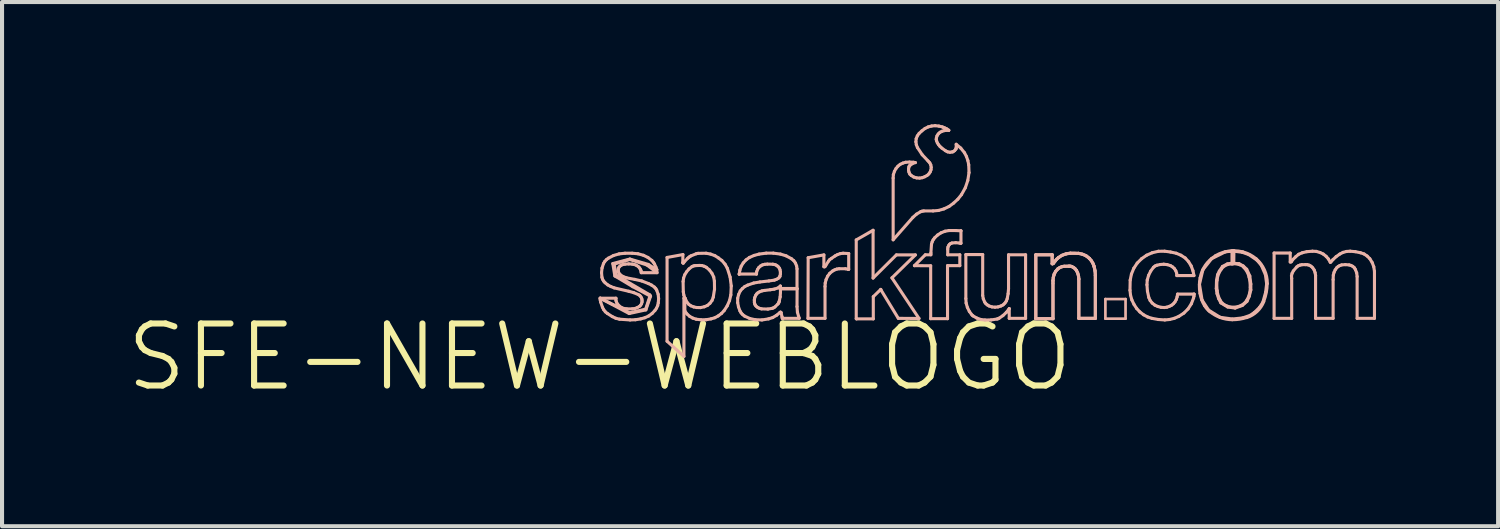
<source format=kicad_pcb>
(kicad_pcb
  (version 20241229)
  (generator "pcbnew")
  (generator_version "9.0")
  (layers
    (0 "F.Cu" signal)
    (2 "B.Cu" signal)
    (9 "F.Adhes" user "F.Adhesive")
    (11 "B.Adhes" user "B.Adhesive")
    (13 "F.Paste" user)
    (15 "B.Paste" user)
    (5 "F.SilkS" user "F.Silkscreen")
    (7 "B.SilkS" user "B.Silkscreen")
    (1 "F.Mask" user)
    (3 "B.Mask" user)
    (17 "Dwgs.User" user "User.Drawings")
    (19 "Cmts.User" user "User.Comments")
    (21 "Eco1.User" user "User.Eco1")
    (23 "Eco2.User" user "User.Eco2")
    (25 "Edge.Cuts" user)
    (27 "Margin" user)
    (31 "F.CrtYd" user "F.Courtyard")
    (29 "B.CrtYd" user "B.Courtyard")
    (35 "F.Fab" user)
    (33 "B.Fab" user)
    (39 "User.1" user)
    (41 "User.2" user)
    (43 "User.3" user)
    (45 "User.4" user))
  (footprint "SFE-NEW-WEBLOGO"
    (layer "F.Cu")
    (at 11.684 5.725)
    (property "Reference" "SFE-NEW-WEBLOGO" (at 0 0 0) (layer "F.SilkS") (effects (font (size 1.524 1.524) (thickness 0.15))))
    (attr exclude_from_pos_files exclude_from_bom)
    (fp_line (start 0.013 -1.448) (end 0.013 -1.41) (stroke (width 0.076) (type solid)) (layer "B.SilkS"))
    (fp_line (start 0.013 -1.448) (end 0.724 -1.072) (stroke (width 0.076) (type solid)) (layer "B.SilkS"))
    (fp_line (start 0.013 -1.41) (end 0.025 -1.351) (stroke (width 0.076) (type solid)) (layer "B.SilkS"))
    (fp_line (start 0.025 -1.351) (end 0.069 -1.224) (stroke (width 0.076) (type solid)) (layer "B.SilkS"))
    (fp_line (start 0.046 -2.075) (end 0.056 -1.961) (stroke (width 0.076) (type solid)) (layer "B.SilkS"))
    (fp_line (start 0.056 -1.961) (end 0.071 -1.913) (stroke (width 0.076) (type solid)) (layer "B.SilkS"))
    (fp_line (start 0.058 -2.189) (end 0.046 -2.075) (stroke (width 0.076) (type solid)) (layer "B.SilkS"))
    (fp_line (start 0.069 -1.224) (end 0.099 -1.166) (stroke (width 0.076) (type solid)) (layer "B.SilkS"))
    (fp_line (start 0.071 -1.913) (end 0.097 -1.869) (stroke (width 0.076) (type solid)) (layer "B.SilkS"))
    (fp_line (start 0.094 -2.299) (end 0.058 -2.189) (stroke (width 0.076) (type solid)) (layer "B.SilkS"))
    (fp_line (start 0.097 -1.869) (end 0.132 -1.829) (stroke (width 0.076) (type solid)) (layer "B.SilkS"))
    (fp_line (start 0.099 -1.166) (end 0.14 -1.113) (stroke (width 0.076) (type solid)) (layer "B.SilkS"))
    (fp_line (start 0.124 -2.349) (end 0.094 -2.299) (stroke (width 0.076) (type solid)) (layer "B.SilkS"))
    (fp_line (start 0.132 -1.829) (end 0.198 -1.775) (stroke (width 0.076) (type solid)) (layer "B.SilkS"))
    (fp_line (start 0.14 -1.113) (end 0.191 -1.072) (stroke (width 0.076) (type solid)) (layer "B.SilkS"))
    (fp_line (start 0.165 -2.395) (end 0.124 -2.349) (stroke (width 0.076) (type solid)) (layer "B.SilkS"))
    (fp_line (start 0.191 -1.072) (end 0.31 -0.996) (stroke (width 0.076) (type solid)) (layer "B.SilkS"))
    (fp_line (start 0.198 -1.775) (end 0.274 -1.735) (stroke (width 0.076) (type solid)) (layer "B.SilkS"))
    (fp_line (start 0.213 -2.431) (end 0.165 -2.395) (stroke (width 0.076) (type solid)) (layer "B.SilkS"))
    (fp_line (start 0.274 -1.735) (end 0.356 -1.702) (stroke (width 0.076) (type solid)) (layer "B.SilkS"))
    (fp_line (start 0.31 -0.996) (end 0.396 -0.955) (stroke (width 0.076) (type solid)) (layer "B.SilkS"))
    (fp_line (start 0.323 -2.299) (end 0.373 -1.994) (stroke (width 0.076) (type solid)) (layer "B.SilkS"))
    (fp_line (start 0.34 -2.497) (end 0.213 -2.431) (stroke (width 0.076) (type solid)) (layer "B.SilkS"))
    (fp_line (start 0.356 -2.286) (end 0.737 -2.4) (stroke (width 0.076) (type solid)) (layer "B.SilkS"))
    (fp_line (start 0.356 -1.702) (end 0.716 -1.618) (stroke (width 0.076) (type solid)) (layer "B.SilkS"))
    (fp_line (start 0.373 -1.994) (end 0.813 -1.732) (stroke (width 0.076) (type solid)) (layer "B.SilkS"))
    (fp_line (start 0.396 -0.955) (end 0.488 -0.932) (stroke (width 0.076) (type solid)) (layer "B.SilkS"))
    (fp_line (start 0.399 -1.448) (end 0.013 -1.448) (stroke (width 0.076) (type solid)) (layer "B.SilkS"))
    (fp_line (start 0.399 -1.44) (end 0.399 -1.448) (stroke (width 0.076) (type solid)) (layer "B.SilkS"))
    (fp_line (start 0.401 -1.389) (end 0.399 -1.44) (stroke (width 0.076) (type solid)) (layer "B.SilkS"))
    (fp_line (start 0.406 -2.012) (end 0.356 -2.286) (stroke (width 0.076) (type solid)) (layer "B.SilkS"))
    (fp_line (start 0.417 -1.341) (end 0.401 -1.389) (stroke (width 0.076) (type solid)) (layer "B.SilkS"))
    (fp_line (start 0.445 -1.295) (end 0.417 -1.341) (stroke (width 0.076) (type solid)) (layer "B.SilkS"))
    (fp_line (start 0.455 -2.134) (end 0.46 -2.174) (stroke (width 0.076) (type solid)) (layer "B.SilkS"))
    (fp_line (start 0.46 -2.174) (end 0.475 -2.21) (stroke (width 0.076) (type solid)) (layer "B.SilkS"))
    (fp_line (start 0.462 -2.093) (end 0.455 -2.134) (stroke (width 0.076) (type solid)) (layer "B.SilkS"))
    (fp_line (start 0.475 -2.21) (end 0.503 -2.24) (stroke (width 0.076) (type solid)) (layer "B.SilkS"))
    (fp_line (start 0.478 -2.537) (end 0.34 -2.497) (stroke (width 0.076) (type solid)) (layer "B.SilkS"))
    (fp_line (start 0.48 -2.052) (end 0.462 -2.093) (stroke (width 0.076) (type solid)) (layer "B.SilkS"))
    (fp_line (start 0.488 -0.932) (end 0.747 -0.914) (stroke (width 0.076) (type solid)) (layer "B.SilkS"))
    (fp_line (start 0.49 -1.25) (end 0.445 -1.295) (stroke (width 0.076) (type solid)) (layer "B.SilkS"))
    (fp_line (start 0.503 -2.24) (end 0.533 -2.261) (stroke (width 0.076) (type solid)) (layer "B.SilkS"))
    (fp_line (start 0.513 -2.019) (end 0.48 -2.052) (stroke (width 0.076) (type solid)) (layer "B.SilkS"))
    (fp_line (start 0.533 -2.261) (end 0.579 -2.278) (stroke (width 0.076) (type solid)) (layer "B.SilkS"))
    (fp_line (start 0.544 -1.214) (end 0.49 -1.25) (stroke (width 0.076) (type solid)) (layer "B.SilkS"))
    (fp_line (start 0.579 -2.278) (end 0.627 -2.286) (stroke (width 0.076) (type solid)) (layer "B.SilkS"))
    (fp_line (start 0.582 -1.976) (end 0.513 -2.019) (stroke (width 0.076) (type solid)) (layer "B.SilkS"))
    (fp_line (start 0.607 -1.194) (end 0.544 -1.214) (stroke (width 0.076) (type solid)) (layer "B.SilkS"))
    (fp_line (start 0.622 -2.553) (end 0.478 -2.537) (stroke (width 0.076) (type solid)) (layer "B.SilkS"))
    (fp_line (start 0.627 -2.286) (end 0.714 -2.291) (stroke (width 0.076) (type solid)) (layer "B.SilkS"))
    (fp_line (start 0.66 -1.948) (end 0.582 -1.976) (stroke (width 0.076) (type solid)) (layer "B.SilkS"))
    (fp_line (start 0.665 -1.186) (end 0.607 -1.194) (stroke (width 0.076) (type solid)) (layer "B.SilkS"))
    (fp_line (start 0.714 -2.291) (end 0.8 -2.286) (stroke (width 0.076) (type solid)) (layer "B.SilkS"))
    (fp_line (start 0.716 -1.618) (end 0.836 -1.585) (stroke (width 0.076) (type solid)) (layer "B.SilkS"))
    (fp_line (start 0.724 -1.072) (end 1.135 -1.161) (stroke (width 0.076) (type solid)) (layer "B.SilkS"))
    (fp_line (start 0.737 -2.4) (end 1.156 -2.266) (stroke (width 0.076) (type solid)) (layer "B.SilkS"))
    (fp_line (start 0.737 -1.09) (end 0.013 -1.448) (stroke (width 0.076) (type solid)) (layer "B.SilkS"))
    (fp_line (start 0.742 -2.41) (end 0.323 -2.299) (stroke (width 0.076) (type solid)) (layer "B.SilkS"))
    (fp_line (start 0.747 -0.914) (end 0.879 -0.919) (stroke (width 0.076) (type solid)) (layer "B.SilkS"))
    (fp_line (start 0.8 -2.553) (end 0.622 -2.553) (stroke (width 0.076) (type solid)) (layer "B.SilkS"))
    (fp_line (start 0.8 -2.286) (end 0.851 -2.276) (stroke (width 0.076) (type solid)) (layer "B.SilkS"))
    (fp_line (start 0.8 -1.186) (end 0.665 -1.186) (stroke (width 0.076) (type solid)) (layer "B.SilkS"))
    (fp_line (start 0.813 -1.732) (end 1.237 -1.504) (stroke (width 0.076) (type solid)) (layer "B.SilkS"))
    (fp_line (start 0.836 -1.585) (end 0.95 -1.537) (stroke (width 0.076) (type solid)) (layer "B.SilkS"))
    (fp_line (start 0.851 -2.276) (end 0.899 -2.258) (stroke (width 0.076) (type solid)) (layer "B.SilkS"))
    (fp_line (start 0.861 -1.194) (end 0.8 -1.186) (stroke (width 0.076) (type solid)) (layer "B.SilkS"))
    (fp_line (start 0.864 -1.91) (end 0.66 -1.948) (stroke (width 0.076) (type solid)) (layer "B.SilkS"))
    (fp_line (start 0.879 -0.919) (end 1.008 -0.94) (stroke (width 0.076) (type solid)) (layer "B.SilkS"))
    (fp_line (start 0.899 -2.258) (end 0.945 -2.228) (stroke (width 0.076) (type solid)) (layer "B.SilkS"))
    (fp_line (start 0.919 -1.214) (end 0.861 -1.194) (stroke (width 0.076) (type solid)) (layer "B.SilkS"))
    (fp_line (start 0.94 -2.54) (end 0.8 -2.553) (stroke (width 0.076) (type solid)) (layer "B.SilkS"))
    (fp_line (start 0.945 -2.228) (end 0.973 -2.2) (stroke (width 0.076) (type solid)) (layer "B.SilkS"))
    (fp_line (start 0.95 -1.537) (end 0.986 -1.514) (stroke (width 0.076) (type solid)) (layer "B.SilkS"))
    (fp_line (start 0.973 -2.2) (end 0.996 -2.167) (stroke (width 0.076) (type solid)) (layer "B.SilkS"))
    (fp_line (start 0.975 -1.245) (end 0.919 -1.214) (stroke (width 0.076) (type solid)) (layer "B.SilkS"))
    (fp_line (start 0.986 -1.514) (end 1.013 -1.481) (stroke (width 0.076) (type solid)) (layer "B.SilkS"))
    (fp_line (start 0.996 -2.167) (end 1.013 -2.131) (stroke (width 0.076) (type solid)) (layer "B.SilkS"))
    (fp_line (start 1.006 -1.275) (end 0.975 -1.245) (stroke (width 0.076) (type solid)) (layer "B.SilkS"))
    (fp_line (start 1.008 -0.94) (end 1.11 -0.968) (stroke (width 0.076) (type solid)) (layer "B.SilkS"))
    (fp_line (start 1.013 -2.131) (end 1.019 -2.103) (stroke (width 0.076) (type solid)) (layer "B.SilkS"))
    (fp_line (start 1.013 -1.481) (end 1.034 -1.44) (stroke (width 0.076) (type solid)) (layer "B.SilkS"))
    (fp_line (start 1.019 -2.103) (end 1.021 -2.075) (stroke (width 0.076) (type solid)) (layer "B.SilkS"))
    (fp_line (start 1.021 -2.075) (end 1.41 -2.075) (stroke (width 0.076) (type solid)) (layer "B.SilkS"))
    (fp_line (start 1.029 -1.313) (end 1.006 -1.275) (stroke (width 0.076) (type solid)) (layer "B.SilkS"))
    (fp_line (start 1.034 -1.872) (end 0.864 -1.91) (stroke (width 0.076) (type solid)) (layer "B.SilkS"))
    (fp_line (start 1.034 -1.44) (end 1.041 -1.4) (stroke (width 0.076) (type solid)) (layer "B.SilkS"))
    (fp_line (start 1.041 -1.4) (end 1.041 -1.356) (stroke (width 0.076) (type solid)) (layer "B.SilkS"))
    (fp_line (start 1.041 -1.356) (end 1.029 -1.313) (stroke (width 0.076) (type solid)) (layer "B.SilkS"))
    (fp_line (start 1.077 -2.502) (end 0.94 -2.54) (stroke (width 0.076) (type solid)) (layer "B.SilkS"))
    (fp_line (start 1.11 -0.968) (end 1.204 -1.011) (stroke (width 0.076) (type solid)) (layer "B.SilkS"))
    (fp_line (start 1.13 -1.179) (end 0.737 -1.09) (stroke (width 0.076) (type solid)) (layer "B.SilkS"))
    (fp_line (start 1.135 -1.161) (end 1.25 -1.496) (stroke (width 0.076) (type solid)) (layer "B.SilkS"))
    (fp_line (start 1.156 -2.266) (end 1.351 -2.121) (stroke (width 0.076) (type solid)) (layer "B.SilkS"))
    (fp_line (start 1.186 -2.449) (end 1.077 -2.502) (stroke (width 0.076) (type solid)) (layer "B.SilkS"))
    (fp_line (start 1.194 -2.278) (end 0.742 -2.41) (stroke (width 0.076) (type solid)) (layer "B.SilkS"))
    (fp_line (start 1.199 -1.808) (end 1.034 -1.872) (stroke (width 0.076) (type solid)) (layer "B.SilkS"))
    (fp_line (start 1.204 -1.011) (end 1.288 -1.072) (stroke (width 0.076) (type solid)) (layer "B.SilkS"))
    (fp_line (start 1.232 -1.529) (end 0.406 -2.012) (stroke (width 0.076) (type solid)) (layer "B.SilkS"))
    (fp_line (start 1.237 -1.504) (end 1.13 -1.179) (stroke (width 0.076) (type solid)) (layer "B.SilkS"))
    (fp_line (start 1.25 -1.496) (end 1.232 -1.529) (stroke (width 0.076) (type solid)) (layer "B.SilkS"))
    (fp_line (start 1.275 -1.77) (end 1.199 -1.808) (stroke (width 0.076) (type solid)) (layer "B.SilkS"))
    (fp_line (start 1.283 -2.375) (end 1.186 -2.449) (stroke (width 0.076) (type solid)) (layer "B.SilkS"))
    (fp_line (start 1.288 -1.072) (end 1.359 -1.148) (stroke (width 0.076) (type solid)) (layer "B.SilkS"))
    (fp_line (start 1.316 -2.334) (end 1.283 -2.375) (stroke (width 0.076) (type solid)) (layer "B.SilkS"))
    (fp_line (start 1.346 -2.291) (end 1.316 -2.334) (stroke (width 0.076) (type solid)) (layer "B.SilkS"))
    (fp_line (start 1.346 -1.72) (end 1.275 -1.77) (stroke (width 0.076) (type solid)) (layer "B.SilkS"))
    (fp_line (start 1.351 -2.121) (end 1.402 -2.156) (stroke (width 0.076) (type solid)) (layer "B.SilkS"))
    (fp_line (start 1.359 -1.148) (end 1.397 -1.204) (stroke (width 0.076) (type solid)) (layer "B.SilkS"))
    (fp_line (start 1.379 -1.684) (end 1.346 -1.72) (stroke (width 0.076) (type solid)) (layer "B.SilkS"))
    (fp_line (start 1.382 -2.21) (end 1.346 -2.291) (stroke (width 0.076) (type solid)) (layer "B.SilkS"))
    (fp_line (start 1.397 -1.204) (end 1.425 -1.265) (stroke (width 0.076) (type solid)) (layer "B.SilkS"))
    (fp_line (start 1.402 -2.156) (end 1.382 -2.21) (stroke (width 0.076) (type solid)) (layer "B.SilkS"))
    (fp_line (start 1.402 -2.146) (end 1.194 -2.278) (stroke (width 0.076) (type solid)) (layer "B.SilkS"))
    (fp_line (start 1.402 -1.643) (end 1.379 -1.684) (stroke (width 0.076) (type solid)) (layer "B.SilkS"))
    (fp_line (start 1.41 -2.075) (end 1.402 -2.146) (stroke (width 0.076) (type solid)) (layer "B.SilkS"))
    (fp_line (start 1.425 -1.265) (end 1.44 -1.333) (stroke (width 0.076) (type solid)) (layer "B.SilkS"))
    (fp_line (start 1.438 -1.542) (end 1.402 -1.643) (stroke (width 0.076) (type solid)) (layer "B.SilkS"))
    (fp_line (start 1.44 -1.333) (end 1.448 -1.435) (stroke (width 0.076) (type solid)) (layer "B.SilkS"))
    (fp_line (start 1.448 -1.435) (end 1.438 -1.542) (stroke (width 0.076) (type solid)) (layer "B.SilkS"))
    (fp_line (start 1.656 -2.449) (end 2.045 -2.52) (stroke (width 0.076) (type solid)) (layer "B.SilkS"))
    (fp_line (start 1.656 -0.391) (end 1.656 -2.449) (stroke (width 0.076) (type solid)) (layer "B.SilkS"))
    (fp_line (start 2.042 -2.322) (end 2.05 -2.311) (stroke (width 0.076) (type solid)) (layer "B.SilkS"))
    (fp_line (start 2.045 -2.52) (end 2.042 -2.322) (stroke (width 0.076) (type solid)) (layer "B.SilkS"))
    (fp_line (start 2.05 -2.311) (end 2.055 -2.311) (stroke (width 0.076) (type solid)) (layer "B.SilkS"))
    (fp_line (start 2.05 -1.859) (end 2.055 -1.605) (stroke (width 0.076) (type solid)) (layer "B.SilkS"))
    (fp_line (start 2.055 -2.311) (end 2.075 -2.337) (stroke (width 0.076) (type solid)) (layer "B.SilkS"))
    (fp_line (start 2.055 -1.605) (end 2.068 -1.524) (stroke (width 0.076) (type solid)) (layer "B.SilkS"))
    (fp_line (start 2.062 -1.943) (end 2.05 -1.859) (stroke (width 0.076) (type solid)) (layer "B.SilkS"))
    (fp_line (start 2.068 -1.524) (end 2.088 -1.458) (stroke (width 0.076) (type solid)) (layer "B.SilkS"))
    (fp_line (start 2.07 -1.448) (end 2.07 -0.018) (stroke (width 0.076) (type solid)) (layer "B.SilkS"))
    (fp_line (start 2.07 -0.018) (end 1.656 -0.391) (stroke (width 0.076) (type solid)) (layer "B.SilkS"))
    (fp_line (start 2.075 -2.337) (end 2.164 -2.431) (stroke (width 0.076) (type solid)) (layer "B.SilkS"))
    (fp_line (start 2.083 -1.448) (end 2.07 -1.448) (stroke (width 0.076) (type solid)) (layer "B.SilkS"))
    (fp_line (start 2.085 -1.448) (end 2.083 -1.448) (stroke (width 0.076) (type solid)) (layer "B.SilkS"))
    (fp_line (start 2.088 -1.458) (end 2.09 -1.453) (stroke (width 0.076) (type solid)) (layer "B.SilkS"))
    (fp_line (start 2.088 -1.45) (end 2.085 -1.448) (stroke (width 0.076) (type solid)) (layer "B.SilkS"))
    (fp_line (start 2.09 -2.024) (end 2.062 -1.943) (stroke (width 0.076) (type solid)) (layer "B.SilkS"))
    (fp_line (start 2.09 -1.453) (end 2.088 -1.45) (stroke (width 0.076) (type solid)) (layer "B.SilkS"))
    (fp_line (start 2.093 -1.433) (end 2.101 -1.44) (stroke (width 0.076) (type solid)) (layer "B.SilkS"))
    (fp_line (start 2.093 -1.135) (end 2.093 -1.433) (stroke (width 0.076) (type solid)) (layer "B.SilkS"))
    (fp_line (start 2.101 -1.44) (end 2.101 -1.435) (stroke (width 0.076) (type solid)) (layer "B.SilkS"))
    (fp_line (start 2.101 -1.435) (end 2.101 -1.425) (stroke (width 0.076) (type solid)) (layer "B.SilkS"))
    (fp_line (start 2.101 -1.425) (end 2.108 -1.415) (stroke (width 0.076) (type solid)) (layer "B.SilkS"))
    (fp_line (start 2.108 -1.415) (end 2.113 -1.41) (stroke (width 0.076) (type solid)) (layer "B.SilkS"))
    (fp_line (start 2.113 -1.41) (end 2.144 -1.351) (stroke (width 0.076) (type solid)) (layer "B.SilkS"))
    (fp_line (start 2.134 -2.095) (end 2.09 -2.024) (stroke (width 0.076) (type solid)) (layer "B.SilkS"))
    (fp_line (start 2.144 -1.351) (end 2.187 -1.3) (stroke (width 0.076) (type solid)) (layer "B.SilkS"))
    (fp_line (start 2.144 -1.062) (end 2.093 -1.135) (stroke (width 0.076) (type solid)) (layer "B.SilkS"))
    (fp_line (start 2.164 -2.431) (end 2.2 -2.461) (stroke (width 0.076) (type solid)) (layer "B.SilkS"))
    (fp_line (start 2.187 -1.3) (end 2.24 -1.262) (stroke (width 0.076) (type solid)) (layer "B.SilkS"))
    (fp_line (start 2.195 -2.167) (end 2.134 -2.095) (stroke (width 0.076) (type solid)) (layer "B.SilkS"))
    (fp_line (start 2.2 -2.461) (end 2.24 -2.487) (stroke (width 0.076) (type solid)) (layer "B.SilkS"))
    (fp_line (start 2.21 -1.003) (end 2.144 -1.062) (stroke (width 0.076) (type solid)) (layer "B.SilkS"))
    (fp_line (start 2.24 -2.487) (end 2.372 -2.54) (stroke (width 0.076) (type solid)) (layer "B.SilkS"))
    (fp_line (start 2.24 -1.262) (end 2.309 -1.234) (stroke (width 0.076) (type solid)) (layer "B.SilkS"))
    (fp_line (start 2.266 -2.223) (end 2.195 -2.167) (stroke (width 0.076) (type solid)) (layer "B.SilkS"))
    (fp_line (start 2.286 -0.96) (end 2.21 -1.003) (stroke (width 0.076) (type solid)) (layer "B.SilkS"))
    (fp_line (start 2.304 -2.24) (end 2.266 -2.223) (stroke (width 0.076) (type solid)) (layer "B.SilkS"))
    (fp_line (start 2.309 -1.234) (end 2.385 -1.219) (stroke (width 0.076) (type solid)) (layer "B.SilkS"))
    (fp_line (start 2.342 -2.248) (end 2.304 -2.24) (stroke (width 0.076) (type solid)) (layer "B.SilkS"))
    (fp_line (start 2.372 -2.54) (end 2.418 -2.55) (stroke (width 0.076) (type solid)) (layer "B.SilkS"))
    (fp_line (start 2.372 -0.932) (end 2.286 -0.96) (stroke (width 0.076) (type solid)) (layer "B.SilkS"))
    (fp_line (start 2.385 -1.219) (end 2.477 -1.217) (stroke (width 0.076) (type solid)) (layer "B.SilkS"))
    (fp_line (start 2.418 -2.55) (end 2.616 -2.553) (stroke (width 0.076) (type solid)) (layer "B.SilkS"))
    (fp_line (start 2.451 -2.253) (end 2.342 -2.248) (stroke (width 0.076) (type solid)) (layer "B.SilkS"))
    (fp_line (start 2.477 -1.217) (end 2.57 -1.237) (stroke (width 0.076) (type solid)) (layer "B.SilkS"))
    (fp_line (start 2.492 -0.917) (end 2.372 -0.932) (stroke (width 0.076) (type solid)) (layer "B.SilkS"))
    (fp_line (start 2.512 -2.25) (end 2.451 -2.253) (stroke (width 0.076) (type solid)) (layer "B.SilkS"))
    (fp_line (start 2.568 -2.233) (end 2.512 -2.25) (stroke (width 0.076) (type solid)) (layer "B.SilkS"))
    (fp_line (start 2.57 -1.237) (end 2.647 -1.27) (stroke (width 0.076) (type solid)) (layer "B.SilkS"))
    (fp_line (start 2.616 -2.553) (end 2.725 -2.532) (stroke (width 0.076) (type solid)) (layer "B.SilkS"))
    (fp_line (start 2.616 -0.919) (end 2.492 -0.917) (stroke (width 0.076) (type solid)) (layer "B.SilkS"))
    (fp_line (start 2.621 -2.207) (end 2.568 -2.233) (stroke (width 0.076) (type solid)) (layer "B.SilkS"))
    (fp_line (start 2.647 -1.27) (end 2.71 -1.323) (stroke (width 0.076) (type solid)) (layer "B.SilkS"))
    (fp_line (start 2.697 -2.141) (end 2.621 -2.207) (stroke (width 0.076) (type solid)) (layer "B.SilkS"))
    (fp_line (start 2.71 -1.323) (end 2.761 -1.392) (stroke (width 0.076) (type solid)) (layer "B.SilkS"))
    (fp_line (start 2.725 -2.532) (end 2.83 -2.494) (stroke (width 0.076) (type solid)) (layer "B.SilkS"))
    (fp_line (start 2.736 -0.94) (end 2.616 -0.919) (stroke (width 0.076) (type solid)) (layer "B.SilkS"))
    (fp_line (start 2.758 -2.06) (end 2.697 -2.141) (stroke (width 0.076) (type solid)) (layer "B.SilkS"))
    (fp_line (start 2.761 -1.392) (end 2.791 -1.473) (stroke (width 0.076) (type solid)) (layer "B.SilkS"))
    (fp_line (start 2.791 -1.473) (end 2.822 -1.669) (stroke (width 0.076) (type solid)) (layer "B.SilkS"))
    (fp_line (start 2.802 -1.968) (end 2.758 -2.06) (stroke (width 0.076) (type solid)) (layer "B.SilkS"))
    (fp_line (start 2.819 -1.867) (end 2.802 -1.968) (stroke (width 0.076) (type solid)) (layer "B.SilkS"))
    (fp_line (start 2.822 -1.669) (end 2.819 -1.867) (stroke (width 0.076) (type solid)) (layer "B.SilkS"))
    (fp_line (start 2.83 -2.494) (end 2.918 -2.438) (stroke (width 0.076) (type solid)) (layer "B.SilkS"))
    (fp_line (start 2.83 -0.968) (end 2.736 -0.94) (stroke (width 0.076) (type solid)) (layer "B.SilkS"))
    (fp_line (start 2.913 -1.013) (end 2.83 -0.968) (stroke (width 0.076) (type solid)) (layer "B.SilkS"))
    (fp_line (start 2.918 -2.438) (end 3.002 -2.375) (stroke (width 0.076) (type solid)) (layer "B.SilkS"))
    (fp_line (start 2.992 -1.072) (end 2.913 -1.013) (stroke (width 0.076) (type solid)) (layer "B.SilkS"))
    (fp_line (start 3.002 -2.375) (end 3.081 -2.283) (stroke (width 0.076) (type solid)) (layer "B.SilkS"))
    (fp_line (start 3.058 -1.143) (end 2.992 -1.072) (stroke (width 0.076) (type solid)) (layer "B.SilkS"))
    (fp_line (start 3.081 -2.283) (end 3.137 -2.182) (stroke (width 0.076) (type solid)) (layer "B.SilkS"))
    (fp_line (start 3.134 -1.26) (end 3.058 -1.143) (stroke (width 0.076) (type solid)) (layer "B.SilkS"))
    (fp_line (start 3.137 -2.182) (end 3.205 -1.968) (stroke (width 0.076) (type solid)) (layer "B.SilkS"))
    (fp_line (start 3.19 -1.389) (end 3.134 -1.26) (stroke (width 0.076) (type solid)) (layer "B.SilkS"))
    (fp_line (start 3.205 -1.968) (end 3.233 -1.75) (stroke (width 0.076) (type solid)) (layer "B.SilkS"))
    (fp_line (start 3.223 -1.529) (end 3.19 -1.389) (stroke (width 0.076) (type solid)) (layer "B.SilkS"))
    (fp_line (start 3.233 -1.75) (end 3.223 -1.529) (stroke (width 0.076) (type solid)) (layer "B.SilkS"))
    (fp_line (start 3.391 -1.445) (end 3.391 -1.339) (stroke (width 0.076) (type solid)) (layer "B.SilkS"))
    (fp_line (start 3.391 -1.339) (end 3.411 -1.234) (stroke (width 0.076) (type solid)) (layer "B.SilkS"))
    (fp_line (start 3.411 -1.234) (end 3.447 -1.135) (stroke (width 0.076) (type solid)) (layer "B.SilkS"))
    (fp_line (start 3.414 -1.539) (end 3.391 -1.445) (stroke (width 0.076) (type solid)) (layer "B.SilkS"))
    (fp_line (start 3.429 -2.042) (end 3.853 -2.042) (stroke (width 0.076) (type solid)) (layer "B.SilkS"))
    (fp_line (start 3.429 -2.037) (end 3.429 -2.042) (stroke (width 0.076) (type solid)) (layer "B.SilkS"))
    (fp_line (start 3.444 -2.136) (end 3.429 -2.037) (stroke (width 0.076) (type solid)) (layer "B.SilkS"))
    (fp_line (start 3.447 -1.135) (end 3.477 -1.085) (stroke (width 0.076) (type solid)) (layer "B.SilkS"))
    (fp_line (start 3.454 -1.626) (end 3.414 -1.539) (stroke (width 0.076) (type solid)) (layer "B.SilkS"))
    (fp_line (start 3.477 -2.233) (end 3.444 -2.136) (stroke (width 0.076) (type solid)) (layer "B.SilkS"))
    (fp_line (start 3.477 -1.085) (end 3.515 -1.044) (stroke (width 0.076) (type solid)) (layer "B.SilkS"))
    (fp_line (start 3.505 -1.684) (end 3.454 -1.626) (stroke (width 0.076) (type solid)) (layer "B.SilkS"))
    (fp_line (start 3.515 -1.044) (end 3.561 -1.008) (stroke (width 0.076) (type solid)) (layer "B.SilkS"))
    (fp_line (start 3.528 -2.316) (end 3.477 -2.233) (stroke (width 0.076) (type solid)) (layer "B.SilkS"))
    (fp_line (start 3.561 -1.008) (end 3.686 -0.95) (stroke (width 0.076) (type solid)) (layer "B.SilkS"))
    (fp_line (start 3.566 -1.735) (end 3.505 -1.684) (stroke (width 0.076) (type solid)) (layer "B.SilkS"))
    (fp_line (start 3.597 -2.39) (end 3.528 -2.316) (stroke (width 0.076) (type solid)) (layer "B.SilkS"))
    (fp_line (start 3.637 -1.77) (end 3.566 -1.735) (stroke (width 0.076) (type solid)) (layer "B.SilkS"))
    (fp_line (start 3.68 -2.449) (end 3.597 -2.39) (stroke (width 0.076) (type solid)) (layer "B.SilkS"))
    (fp_line (start 3.686 -0.95) (end 3.823 -0.919) (stroke (width 0.076) (type solid)) (layer "B.SilkS"))
    (fp_line (start 3.785 -1.821) (end 3.637 -1.77) (stroke (width 0.076) (type solid)) (layer "B.SilkS"))
    (fp_line (start 3.795 -2.499) (end 3.68 -2.449) (stroke (width 0.076) (type solid)) (layer "B.SilkS"))
    (fp_line (start 3.8 -1.405) (end 3.81 -1.463) (stroke (width 0.076) (type solid)) (layer "B.SilkS"))
    (fp_line (start 3.802 -1.344) (end 3.8 -1.405) (stroke (width 0.076) (type solid)) (layer "B.SilkS"))
    (fp_line (start 3.81 -1.463) (end 3.835 -1.521) (stroke (width 0.076) (type solid)) (layer "B.SilkS"))
    (fp_line (start 3.81 -1.308) (end 3.802 -1.344) (stroke (width 0.076) (type solid)) (layer "B.SilkS"))
    (fp_line (start 3.823 -1.278) (end 3.81 -1.308) (stroke (width 0.076) (type solid)) (layer "B.SilkS"))
    (fp_line (start 3.823 -0.919) (end 3.988 -0.914) (stroke (width 0.076) (type solid)) (layer "B.SilkS"))
    (fp_line (start 3.835 -1.521) (end 3.856 -1.552) (stroke (width 0.076) (type solid)) (layer "B.SilkS"))
    (fp_line (start 3.846 -1.25) (end 3.823 -1.278) (stroke (width 0.076) (type solid)) (layer "B.SilkS"))
    (fp_line (start 3.853 -2.045) (end 3.858 -2.101) (stroke (width 0.076) (type solid)) (layer "B.SilkS"))
    (fp_line (start 3.853 -2.042) (end 3.853 -2.045) (stroke (width 0.076) (type solid)) (layer "B.SilkS"))
    (fp_line (start 3.856 -1.552) (end 3.886 -1.58) (stroke (width 0.076) (type solid)) (layer "B.SilkS"))
    (fp_line (start 3.858 -2.101) (end 3.879 -2.154) (stroke (width 0.076) (type solid)) (layer "B.SilkS"))
    (fp_line (start 3.879 -2.154) (end 3.909 -2.2) (stroke (width 0.076) (type solid)) (layer "B.SilkS"))
    (fp_line (start 3.884 -1.219) (end 3.846 -1.25) (stroke (width 0.076) (type solid)) (layer "B.SilkS"))
    (fp_line (start 3.886 -1.58) (end 3.934 -1.608) (stroke (width 0.076) (type solid)) (layer "B.SilkS"))
    (fp_line (start 3.909 -2.2) (end 3.95 -2.238) (stroke (width 0.076) (type solid)) (layer "B.SilkS"))
    (fp_line (start 3.917 -2.532) (end 3.795 -2.499) (stroke (width 0.076) (type solid)) (layer "B.SilkS"))
    (fp_line (start 3.927 -1.199) (end 3.884 -1.219) (stroke (width 0.076) (type solid)) (layer "B.SilkS"))
    (fp_line (start 3.934 -1.608) (end 3.988 -1.628) (stroke (width 0.076) (type solid)) (layer "B.SilkS"))
    (fp_line (start 3.937 -1.847) (end 3.785 -1.821) (stroke (width 0.076) (type solid)) (layer "B.SilkS"))
    (fp_line (start 3.95 -2.238) (end 4 -2.266) (stroke (width 0.076) (type solid)) (layer "B.SilkS"))
    (fp_line (start 3.975 -1.186) (end 3.927 -1.199) (stroke (width 0.076) (type solid)) (layer "B.SilkS"))
    (fp_line (start 3.988 -1.628) (end 4.044 -1.638) (stroke (width 0.076) (type solid)) (layer "B.SilkS"))
    (fp_line (start 3.988 -0.914) (end 4.15 -0.94) (stroke (width 0.076) (type solid)) (layer "B.SilkS"))
    (fp_line (start 4 -2.266) (end 4.059 -2.281) (stroke (width 0.076) (type solid)) (layer "B.SilkS"))
    (fp_line (start 4.044 -1.638) (end 4.191 -1.656) (stroke (width 0.076) (type solid)) (layer "B.SilkS"))
    (fp_line (start 4.059 -2.281) (end 4.12 -2.286) (stroke (width 0.076) (type solid)) (layer "B.SilkS"))
    (fp_line (start 4.092 -2.555) (end 3.917 -2.532) (stroke (width 0.076) (type solid)) (layer "B.SilkS"))
    (fp_line (start 4.12 -2.286) (end 4.255 -2.283) (stroke (width 0.076) (type solid)) (layer "B.SilkS"))
    (fp_line (start 4.133 -1.181) (end 3.975 -1.186) (stroke (width 0.076) (type solid)) (layer "B.SilkS"))
    (fp_line (start 4.15 -0.94) (end 4.252 -0.973) (stroke (width 0.076) (type solid)) (layer "B.SilkS"))
    (fp_line (start 4.158 -1.872) (end 3.937 -1.847) (stroke (width 0.076) (type solid)) (layer "B.SilkS"))
    (fp_line (start 4.191 -1.656) (end 4.29 -1.671) (stroke (width 0.076) (type solid)) (layer "B.SilkS"))
    (fp_line (start 4.239 -1.199) (end 4.133 -1.181) (stroke (width 0.076) (type solid)) (layer "B.SilkS"))
    (fp_line (start 4.252 -0.973) (end 4.348 -1.029) (stroke (width 0.076) (type solid)) (layer "B.SilkS"))
    (fp_line (start 4.255 -2.283) (end 4.295 -2.276) (stroke (width 0.076) (type solid)) (layer "B.SilkS"))
    (fp_line (start 4.267 -2.555) (end 4.092 -2.555) (stroke (width 0.076) (type solid)) (layer "B.SilkS"))
    (fp_line (start 4.272 -1.212) (end 4.239 -1.199) (stroke (width 0.076) (type solid)) (layer "B.SilkS"))
    (fp_line (start 4.29 -1.671) (end 4.387 -1.702) (stroke (width 0.076) (type solid)) (layer "B.SilkS"))
    (fp_line (start 4.293 -1.892) (end 4.158 -1.872) (stroke (width 0.076) (type solid)) (layer "B.SilkS"))
    (fp_line (start 4.295 -2.276) (end 4.331 -2.263) (stroke (width 0.076) (type solid)) (layer "B.SilkS"))
    (fp_line (start 4.305 -1.232) (end 4.272 -1.212) (stroke (width 0.076) (type solid)) (layer "B.SilkS"))
    (fp_line (start 4.331 -2.263) (end 4.366 -2.24) (stroke (width 0.076) (type solid)) (layer "B.SilkS"))
    (fp_line (start 4.341 -1.91) (end 4.293 -1.892) (stroke (width 0.076) (type solid)) (layer "B.SilkS"))
    (fp_line (start 4.348 -1.029) (end 4.43 -1.097) (stroke (width 0.076) (type solid)) (layer "B.SilkS"))
    (fp_line (start 4.366 -2.24) (end 4.392 -2.217) (stroke (width 0.076) (type solid)) (layer "B.SilkS"))
    (fp_line (start 4.379 -1.306) (end 4.305 -1.232) (stroke (width 0.076) (type solid)) (layer "B.SilkS"))
    (fp_line (start 4.387 -1.935) (end 4.341 -1.91) (stroke (width 0.076) (type solid)) (layer "B.SilkS"))
    (fp_line (start 4.387 -1.702) (end 4.407 -1.712) (stroke (width 0.076) (type solid)) (layer "B.SilkS"))
    (fp_line (start 4.392 -2.217) (end 4.415 -2.187) (stroke (width 0.076) (type solid)) (layer "B.SilkS"))
    (fp_line (start 4.397 -1.328) (end 4.379 -1.306) (stroke (width 0.076) (type solid)) (layer "B.SilkS"))
    (fp_line (start 4.407 -1.712) (end 4.422 -1.727) (stroke (width 0.076) (type solid)) (layer "B.SilkS"))
    (fp_line (start 4.407 -1.356) (end 4.397 -1.328) (stroke (width 0.076) (type solid)) (layer "B.SilkS"))
    (fp_line (start 4.412 -1.372) (end 4.407 -1.356) (stroke (width 0.076) (type solid)) (layer "B.SilkS"))
    (fp_line (start 4.415 -2.187) (end 4.43 -2.151) (stroke (width 0.076) (type solid)) (layer "B.SilkS"))
    (fp_line (start 4.417 -1.966) (end 4.387 -1.935) (stroke (width 0.076) (type solid)) (layer "B.SilkS"))
    (fp_line (start 4.422 -1.976) (end 4.417 -1.966) (stroke (width 0.076) (type solid)) (layer "B.SilkS"))
    (fp_line (start 4.422 -1.727) (end 4.437 -1.745) (stroke (width 0.076) (type solid)) (layer "B.SilkS"))
    (fp_line (start 4.43 -2.151) (end 4.44 -2.098) (stroke (width 0.076) (type solid)) (layer "B.SilkS"))
    (fp_line (start 4.43 -1.986) (end 4.422 -1.976) (stroke (width 0.076) (type solid)) (layer "B.SilkS"))
    (fp_line (start 4.43 -1.097) (end 4.437 -1.102) (stroke (width 0.076) (type solid)) (layer "B.SilkS"))
    (fp_line (start 4.435 -1.481) (end 4.412 -1.372) (stroke (width 0.076) (type solid)) (layer "B.SilkS"))
    (fp_line (start 4.437 -1.745) (end 4.442 -1.745) (stroke (width 0.076) (type solid)) (layer "B.SilkS"))
    (fp_line (start 4.437 -1.102) (end 4.442 -1.102) (stroke (width 0.076) (type solid)) (layer "B.SilkS"))
    (fp_line (start 4.44 -2.098) (end 4.44 -2.042) (stroke (width 0.076) (type solid)) (layer "B.SilkS"))
    (fp_line (start 4.44 -2.042) (end 4.43 -1.986) (stroke (width 0.076) (type solid)) (layer "B.SilkS"))
    (fp_line (start 4.442 -2.532) (end 4.267 -2.555) (stroke (width 0.076) (type solid)) (layer "B.SilkS"))
    (fp_line (start 4.442 -1.745) (end 4.442 -1.687) (stroke (width 0.076) (type solid)) (layer "B.SilkS"))
    (fp_line (start 4.442 -1.687) (end 4.849 -1.687) (stroke (width 0.076) (type solid)) (layer "B.SilkS"))
    (fp_line (start 4.442 -1.676) (end 4.442 -1.593) (stroke (width 0.076) (type solid)) (layer "B.SilkS"))
    (fp_line (start 4.442 -1.593) (end 4.435 -1.481) (stroke (width 0.076) (type solid)) (layer "B.SilkS"))
    (fp_line (start 4.442 -1.102) (end 4.45 -1.102) (stroke (width 0.076) (type solid)) (layer "B.SilkS"))
    (fp_line (start 4.45 -1.102) (end 4.453 -1.097) (stroke (width 0.076) (type solid)) (layer "B.SilkS"))
    (fp_line (start 4.453 -1.097) (end 4.458 -1.09) (stroke (width 0.076) (type solid)) (layer "B.SilkS"))
    (fp_line (start 4.458 -1.09) (end 4.481 -0.988) (stroke (width 0.076) (type solid)) (layer "B.SilkS"))
    (fp_line (start 4.481 -0.988) (end 4.488 -0.958) (stroke (width 0.076) (type solid)) (layer "B.SilkS"))
    (fp_line (start 4.488 -0.958) (end 4.488 -0.955) (stroke (width 0.076) (type solid)) (layer "B.SilkS"))
    (fp_line (start 4.488 -0.955) (end 4.493 -0.953) (stroke (width 0.076) (type solid)) (layer "B.SilkS"))
    (fp_line (start 4.493 -0.953) (end 4.496 -0.953) (stroke (width 0.076) (type solid)) (layer "B.SilkS"))
    (fp_line (start 4.496 -0.953) (end 4.902 -0.953) (stroke (width 0.076) (type solid)) (layer "B.SilkS"))
    (fp_line (start 4.582 -2.489) (end 4.442 -2.532) (stroke (width 0.076) (type solid)) (layer "B.SilkS"))
    (fp_line (start 4.712 -2.418) (end 4.582 -2.489) (stroke (width 0.076) (type solid)) (layer "B.SilkS"))
    (fp_line (start 4.77 -2.37) (end 4.712 -2.418) (stroke (width 0.076) (type solid)) (layer "B.SilkS"))
    (fp_line (start 4.811 -2.311) (end 4.77 -2.37) (stroke (width 0.076) (type solid)) (layer "B.SilkS"))
    (fp_line (start 4.839 -2.24) (end 4.811 -2.311) (stroke (width 0.076) (type solid)) (layer "B.SilkS"))
    (fp_line (start 4.849 -2.169) (end 4.839 -2.24) (stroke (width 0.076) (type solid)) (layer "B.SilkS"))
    (fp_line (start 4.849 -1.687) (end 4.849 -2.169) (stroke (width 0.076) (type solid)) (layer "B.SilkS"))
    (fp_line (start 4.849 -1.242) (end 4.851 -1.676) (stroke (width 0.076) (type solid)) (layer "B.SilkS"))
    (fp_line (start 4.851 -1.676) (end 4.442 -1.676) (stroke (width 0.076) (type solid)) (layer "B.SilkS"))
    (fp_line (start 4.859 -1.105) (end 4.849 -1.242) (stroke (width 0.076) (type solid)) (layer "B.SilkS"))
    (fp_line (start 4.895 -0.975) (end 4.859 -1.105) (stroke (width 0.076) (type solid)) (layer "B.SilkS"))
    (fp_line (start 4.902 -0.953) (end 4.895 -0.975) (stroke (width 0.076) (type solid)) (layer "B.SilkS"))
    (fp_line (start 5.118 -0.953) (end 5.123 -2.443) (stroke (width 0.076) (type solid)) (layer "B.SilkS"))
    (fp_line (start 5.123 -2.443) (end 5.509 -2.512) (stroke (width 0.076) (type solid)) (layer "B.SilkS"))
    (fp_line (start 5.509 -2.512) (end 5.509 -2.223) (stroke (width 0.076) (type solid)) (layer "B.SilkS"))
    (fp_line (start 5.509 -2.223) (end 5.517 -2.22) (stroke (width 0.076) (type solid)) (layer "B.SilkS"))
    (fp_line (start 5.517 -2.22) (end 5.535 -2.223) (stroke (width 0.076) (type solid)) (layer "B.SilkS"))
    (fp_line (start 5.535 -2.223) (end 5.555 -2.253) (stroke (width 0.076) (type solid)) (layer "B.SilkS"))
    (fp_line (start 5.537 -1.737) (end 5.537 -0.953) (stroke (width 0.076) (type solid)) (layer "B.SilkS"))
    (fp_line (start 5.537 -0.953) (end 5.118 -0.953) (stroke (width 0.076) (type solid)) (layer "B.SilkS"))
    (fp_line (start 5.542 -1.821) (end 5.537 -1.737) (stroke (width 0.076) (type solid)) (layer "B.SilkS"))
    (fp_line (start 5.555 -2.253) (end 5.624 -2.36) (stroke (width 0.076) (type solid)) (layer "B.SilkS"))
    (fp_line (start 5.563 -1.905) (end 5.542 -1.821) (stroke (width 0.076) (type solid)) (layer "B.SilkS"))
    (fp_line (start 5.601 -1.989) (end 5.563 -1.905) (stroke (width 0.076) (type solid)) (layer "B.SilkS"))
    (fp_line (start 5.624 -2.36) (end 5.654 -2.398) (stroke (width 0.076) (type solid)) (layer "B.SilkS"))
    (fp_line (start 5.654 -2.398) (end 5.695 -2.426) (stroke (width 0.076) (type solid)) (layer "B.SilkS"))
    (fp_line (start 5.654 -2.06) (end 5.601 -1.989) (stroke (width 0.076) (type solid)) (layer "B.SilkS"))
    (fp_line (start 5.695 -2.426) (end 5.784 -2.487) (stroke (width 0.076) (type solid)) (layer "B.SilkS"))
    (fp_line (start 5.725 -2.118) (end 5.654 -2.06) (stroke (width 0.076) (type solid)) (layer "B.SilkS"))
    (fp_line (start 5.773 -2.144) (end 5.725 -2.118) (stroke (width 0.076) (type solid)) (layer "B.SilkS"))
    (fp_line (start 5.784 -2.487) (end 5.845 -2.52) (stroke (width 0.076) (type solid)) (layer "B.SilkS"))
    (fp_line (start 5.827 -2.164) (end 5.773 -2.144) (stroke (width 0.076) (type solid)) (layer "B.SilkS"))
    (fp_line (start 5.845 -2.52) (end 5.911 -2.543) (stroke (width 0.076) (type solid)) (layer "B.SilkS"))
    (fp_line (start 5.885 -2.172) (end 5.827 -2.164) (stroke (width 0.076) (type solid)) (layer "B.SilkS"))
    (fp_line (start 5.911 -2.543) (end 5.982 -2.553) (stroke (width 0.076) (type solid)) (layer "B.SilkS"))
    (fp_line (start 5.982 -2.553) (end 6.119 -2.545) (stroke (width 0.076) (type solid)) (layer "B.SilkS"))
    (fp_line (start 6.038 -2.172) (end 5.885 -2.172) (stroke (width 0.076) (type solid)) (layer "B.SilkS"))
    (fp_line (start 6.101 -2.159) (end 6.038 -2.172) (stroke (width 0.076) (type solid)) (layer "B.SilkS"))
    (fp_line (start 6.114 -2.159) (end 6.101 -2.159) (stroke (width 0.076) (type solid)) (layer "B.SilkS"))
    (fp_line (start 6.119 -2.545) (end 6.119 -2.159) (stroke (width 0.076) (type solid)) (layer "B.SilkS"))
    (fp_line (start 6.119 -2.159) (end 6.114 -2.159) (stroke (width 0.076) (type solid)) (layer "B.SilkS"))
    (fp_line (start 6.304 -2.88) (end 6.718 -3.117) (stroke (width 0.076) (type solid)) (layer "B.SilkS"))
    (fp_line (start 6.304 -0.945) (end 6.304 -2.88) (stroke (width 0.076) (type solid)) (layer "B.SilkS"))
    (fp_line (start 6.312 -0.94) (end 6.304 -0.945) (stroke (width 0.076) (type solid)) (layer "B.SilkS"))
    (fp_line (start 6.718 -3.117) (end 6.718 -1.943) (stroke (width 0.076) (type solid)) (layer "B.SilkS"))
    (fp_line (start 6.718 -1.943) (end 7.29 -2.512) (stroke (width 0.076) (type solid)) (layer "B.SilkS"))
    (fp_line (start 6.723 -1.486) (end 6.723 -0.94) (stroke (width 0.076) (type solid)) (layer "B.SilkS"))
    (fp_line (start 6.723 -0.94) (end 6.312 -0.94) (stroke (width 0.076) (type solid)) (layer "B.SilkS"))
    (fp_line (start 6.906 -1.664) (end 6.723 -1.486) (stroke (width 0.076) (type solid)) (layer "B.SilkS"))
    (fp_line (start 6.909 -1.656) (end 6.906 -1.664) (stroke (width 0.076) (type solid)) (layer "B.SilkS"))
    (fp_line (start 7.181 -1.948) (end 7.846 -0.95) (stroke (width 0.076) (type solid)) (layer "B.SilkS"))
    (fp_line (start 7.211 -4.399) (end 7.211 -2.883) (stroke (width 0.076) (type solid)) (layer "B.SilkS"))
    (fp_line (start 7.211 -2.883) (end 7.696 -3.434) (stroke (width 0.076) (type solid)) (layer "B.SilkS"))
    (fp_line (start 7.216 -4.483) (end 7.211 -4.399) (stroke (width 0.076) (type solid)) (layer "B.SilkS"))
    (fp_line (start 7.242 -4.564) (end 7.216 -4.483) (stroke (width 0.076) (type solid)) (layer "B.SilkS"))
    (fp_line (start 7.282 -4.636) (end 7.242 -4.564) (stroke (width 0.076) (type solid)) (layer "B.SilkS"))
    (fp_line (start 7.29 -2.512) (end 7.757 -2.512) (stroke (width 0.076) (type solid)) (layer "B.SilkS"))
    (fp_line (start 7.328 -4.691) (end 7.282 -4.636) (stroke (width 0.076) (type solid)) (layer "B.SilkS"))
    (fp_line (start 7.338 -0.953) (end 6.909 -1.656) (stroke (width 0.076) (type solid)) (layer "B.SilkS"))
    (fp_line (start 7.384 -4.737) (end 7.328 -4.691) (stroke (width 0.076) (type solid)) (layer "B.SilkS"))
    (fp_line (start 7.45 -4.768) (end 7.384 -4.737) (stroke (width 0.076) (type solid)) (layer "B.SilkS"))
    (fp_line (start 7.518 -4.788) (end 7.45 -4.768) (stroke (width 0.076) (type solid)) (layer "B.SilkS"))
    (fp_line (start 7.59 -4.633) (end 7.6 -4.679) (stroke (width 0.076) (type solid)) (layer "B.SilkS"))
    (fp_line (start 7.59 -4.587) (end 7.59 -4.633) (stroke (width 0.076) (type solid)) (layer "B.SilkS"))
    (fp_line (start 7.6 -4.679) (end 7.607 -4.694) (stroke (width 0.076) (type solid)) (layer "B.SilkS"))
    (fp_line (start 7.6 -4.544) (end 7.59 -4.587) (stroke (width 0.076) (type solid)) (layer "B.SilkS"))
    (fp_line (start 7.607 -4.694) (end 7.62 -4.709) (stroke (width 0.076) (type solid)) (layer "B.SilkS"))
    (fp_line (start 7.612 -4.793) (end 7.518 -4.788) (stroke (width 0.076) (type solid)) (layer "B.SilkS"))
    (fp_line (start 7.62 -4.709) (end 7.706 -4.768) (stroke (width 0.076) (type solid)) (layer "B.SilkS"))
    (fp_line (start 7.62 -4.498) (end 7.6 -4.544) (stroke (width 0.076) (type solid)) (layer "B.SilkS"))
    (fp_line (start 7.656 -4.463) (end 7.62 -4.498) (stroke (width 0.076) (type solid)) (layer "B.SilkS"))
    (fp_line (start 7.696 -3.434) (end 7.785 -3.513) (stroke (width 0.076) (type solid)) (layer "B.SilkS"))
    (fp_line (start 7.706 -4.768) (end 7.722 -4.778) (stroke (width 0.076) (type solid)) (layer "B.SilkS"))
    (fp_line (start 7.709 -4.788) (end 7.612 -4.793) (stroke (width 0.076) (type solid)) (layer "B.SilkS"))
    (fp_line (start 7.717 -4.425) (end 7.656 -4.463) (stroke (width 0.076) (type solid)) (layer "B.SilkS"))
    (fp_line (start 7.722 -4.778) (end 7.739 -4.78) (stroke (width 0.076) (type solid)) (layer "B.SilkS"))
    (fp_line (start 7.734 -2.248) (end 8.001 -2.515) (stroke (width 0.076) (type solid)) (layer "B.SilkS"))
    (fp_line (start 7.739 -4.78) (end 7.757 -4.78) (stroke (width 0.076) (type solid)) (layer "B.SilkS"))
    (fp_line (start 7.757 -4.78) (end 7.709 -4.788) (stroke (width 0.076) (type solid)) (layer "B.SilkS"))
    (fp_line (start 7.757 -2.512) (end 7.181 -1.948) (stroke (width 0.076) (type solid)) (layer "B.SilkS"))
    (fp_line (start 7.77 -5.291) (end 7.78 -5.22) (stroke (width 0.076) (type solid)) (layer "B.SilkS"))
    (fp_line (start 7.777 -5.367) (end 7.77 -5.291) (stroke (width 0.076) (type solid)) (layer "B.SilkS"))
    (fp_line (start 7.78 -5.22) (end 7.808 -5.149) (stroke (width 0.076) (type solid)) (layer "B.SilkS"))
    (fp_line (start 7.785 -3.513) (end 7.887 -3.574) (stroke (width 0.076) (type solid)) (layer "B.SilkS"))
    (fp_line (start 7.788 -4.404) (end 7.717 -4.425) (stroke (width 0.076) (type solid)) (layer "B.SilkS"))
    (fp_line (start 7.805 -5.436) (end 7.777 -5.367) (stroke (width 0.076) (type solid)) (layer "B.SilkS"))
    (fp_line (start 7.808 -5.149) (end 7.925 -4.973) (stroke (width 0.076) (type solid)) (layer "B.SilkS"))
    (fp_line (start 7.846 -0.95) (end 7.338 -0.953) (stroke (width 0.076) (type solid)) (layer "B.SilkS"))
    (fp_line (start 7.849 -5.497) (end 7.805 -5.436) (stroke (width 0.076) (type solid)) (layer "B.SilkS"))
    (fp_line (start 7.861 -4.399) (end 7.788 -4.404) (stroke (width 0.076) (type solid)) (layer "B.SilkS"))
    (fp_line (start 7.887 -3.574) (end 7.922 -3.586) (stroke (width 0.076) (type solid)) (layer "B.SilkS"))
    (fp_line (start 7.917 -5.56) (end 7.849 -5.497) (stroke (width 0.076) (type solid)) (layer "B.SilkS"))
    (fp_line (start 7.922 -3.586) (end 7.963 -3.592) (stroke (width 0.076) (type solid)) (layer "B.SilkS"))
    (fp_line (start 7.925 -4.973) (end 8.07 -4.818) (stroke (width 0.076) (type solid)) (layer "B.SilkS"))
    (fp_line (start 7.925 -4.409) (end 7.861 -4.399) (stroke (width 0.076) (type solid)) (layer "B.SilkS"))
    (fp_line (start 7.963 -3.592) (end 8.191 -3.592) (stroke (width 0.076) (type solid)) (layer "B.SilkS"))
    (fp_line (start 7.986 -4.432) (end 7.925 -4.409) (stroke (width 0.076) (type solid)) (layer "B.SilkS"))
    (fp_line (start 7.993 -5.618) (end 7.917 -5.56) (stroke (width 0.076) (type solid)) (layer "B.SilkS"))
    (fp_line (start 8.001 -2.515) (end 8.138 -2.515) (stroke (width 0.076) (type solid)) (layer "B.SilkS"))
    (fp_line (start 8.044 -4.463) (end 7.986 -4.432) (stroke (width 0.076) (type solid)) (layer "B.SilkS"))
    (fp_line (start 8.07 -4.818) (end 8.11 -4.775) (stroke (width 0.076) (type solid)) (layer "B.SilkS"))
    (fp_line (start 8.072 -5.657) (end 7.993 -5.618) (stroke (width 0.076) (type solid)) (layer "B.SilkS"))
    (fp_line (start 8.087 -4.501) (end 8.044 -4.463) (stroke (width 0.076) (type solid)) (layer "B.SilkS"))
    (fp_line (start 8.11 -4.775) (end 8.136 -4.722) (stroke (width 0.076) (type solid)) (layer "B.SilkS"))
    (fp_line (start 8.12 -4.549) (end 8.087 -4.501) (stroke (width 0.076) (type solid)) (layer "B.SilkS"))
    (fp_line (start 8.133 -2.245) (end 7.734 -2.248) (stroke (width 0.076) (type solid)) (layer "B.SilkS"))
    (fp_line (start 8.133 -0.945) (end 8.133 -2.245) (stroke (width 0.076) (type solid)) (layer "B.SilkS"))
    (fp_line (start 8.136 -4.722) (end 8.146 -4.663) (stroke (width 0.076) (type solid)) (layer "B.SilkS"))
    (fp_line (start 8.138 -2.558) (end 8.153 -2.774) (stroke (width 0.076) (type solid)) (layer "B.SilkS"))
    (fp_line (start 8.138 -2.515) (end 8.138 -2.558) (stroke (width 0.076) (type solid)) (layer "B.SilkS"))
    (fp_line (start 8.141 -4.605) (end 8.12 -4.549) (stroke (width 0.076) (type solid)) (layer "B.SilkS"))
    (fp_line (start 8.146 -4.663) (end 8.141 -4.605) (stroke (width 0.076) (type solid)) (layer "B.SilkS"))
    (fp_line (start 8.153 -2.774) (end 8.169 -2.83) (stroke (width 0.076) (type solid)) (layer "B.SilkS"))
    (fp_line (start 8.156 -5.679) (end 8.072 -5.657) (stroke (width 0.076) (type solid)) (layer "B.SilkS"))
    (fp_line (start 8.169 -2.83) (end 8.194 -2.883) (stroke (width 0.076) (type solid)) (layer "B.SilkS"))
    (fp_line (start 8.191 -3.592) (end 8.326 -3.604) (stroke (width 0.076) (type solid)) (layer "B.SilkS"))
    (fp_line (start 8.194 -2.883) (end 8.23 -2.931) (stroke (width 0.076) (type solid)) (layer "B.SilkS"))
    (fp_line (start 8.23 -2.931) (end 8.303 -3) (stroke (width 0.076) (type solid)) (layer "B.SilkS"))
    (fp_line (start 8.242 -5.687) (end 8.156 -5.679) (stroke (width 0.076) (type solid)) (layer "B.SilkS"))
    (fp_line (start 8.27 -5.347) (end 8.273 -5.382) (stroke (width 0.076) (type solid)) (layer "B.SilkS"))
    (fp_line (start 8.273 -5.382) (end 8.288 -5.436) (stroke (width 0.076) (type solid)) (layer "B.SilkS"))
    (fp_line (start 8.278 -5.314) (end 8.27 -5.347) (stroke (width 0.076) (type solid)) (layer "B.SilkS"))
    (fp_line (start 8.288 -5.436) (end 8.319 -5.484) (stroke (width 0.076) (type solid)) (layer "B.SilkS"))
    (fp_line (start 8.298 -5.263) (end 8.278 -5.314) (stroke (width 0.076) (type solid)) (layer "B.SilkS"))
    (fp_line (start 8.303 -3) (end 8.39 -3.056) (stroke (width 0.076) (type solid)) (layer "B.SilkS"))
    (fp_line (start 8.319 -5.484) (end 8.362 -5.524) (stroke (width 0.076) (type solid)) (layer "B.SilkS"))
    (fp_line (start 8.326 -3.604) (end 8.458 -3.642) (stroke (width 0.076) (type solid)) (layer "B.SilkS"))
    (fp_line (start 8.329 -5.217) (end 8.298 -5.263) (stroke (width 0.076) (type solid)) (layer "B.SilkS"))
    (fp_line (start 8.334 -5.677) (end 8.242 -5.687) (stroke (width 0.076) (type solid)) (layer "B.SilkS"))
    (fp_line (start 8.362 -5.524) (end 8.412 -5.55) (stroke (width 0.076) (type solid)) (layer "B.SilkS"))
    (fp_line (start 8.364 -5.174) (end 8.329 -5.217) (stroke (width 0.076) (type solid)) (layer "B.SilkS"))
    (fp_line (start 8.39 -3.056) (end 8.486 -3.094) (stroke (width 0.076) (type solid)) (layer "B.SilkS"))
    (fp_line (start 8.407 -5.136) (end 8.364 -5.174) (stroke (width 0.076) (type solid)) (layer "B.SilkS"))
    (fp_line (start 8.412 -5.55) (end 8.463 -5.565) (stroke (width 0.076) (type solid)) (layer "B.SilkS"))
    (fp_line (start 8.42 -5.657) (end 8.334 -5.677) (stroke (width 0.076) (type solid)) (layer "B.SilkS"))
    (fp_line (start 8.445 -5.644) (end 8.42 -5.657) (stroke (width 0.076) (type solid)) (layer "B.SilkS"))
    (fp_line (start 8.458 -3.642) (end 8.583 -3.701) (stroke (width 0.076) (type solid)) (layer "B.SilkS"))
    (fp_line (start 8.463 -5.565) (end 8.514 -5.573) (stroke (width 0.076) (type solid)) (layer "B.SilkS"))
    (fp_line (start 8.481 -5.631) (end 8.445 -5.644) (stroke (width 0.076) (type solid)) (layer "B.SilkS"))
    (fp_line (start 8.486 -3.094) (end 8.585 -3.111) (stroke (width 0.076) (type solid)) (layer "B.SilkS"))
    (fp_line (start 8.496 -5.072) (end 8.407 -5.136) (stroke (width 0.076) (type solid)) (layer "B.SilkS"))
    (fp_line (start 8.514 -5.573) (end 8.578 -5.573) (stroke (width 0.076) (type solid)) (layer "B.SilkS"))
    (fp_line (start 8.529 -5.608) (end 8.481 -5.631) (stroke (width 0.076) (type solid)) (layer "B.SilkS"))
    (fp_line (start 8.547 -2.248) (end 8.547 -0.945) (stroke (width 0.076) (type solid)) (layer "B.SilkS"))
    (fp_line (start 8.547 -0.945) (end 8.133 -0.945) (stroke (width 0.076) (type solid)) (layer "B.SilkS"))
    (fp_line (start 8.55 -5.044) (end 8.496 -5.072) (stroke (width 0.076) (type solid)) (layer "B.SilkS"))
    (fp_line (start 8.552 -2.654) (end 8.552 -2.515) (stroke (width 0.076) (type solid)) (layer "B.SilkS"))
    (fp_line (start 8.552 -2.515) (end 8.849 -2.515) (stroke (width 0.076) (type solid)) (layer "B.SilkS"))
    (fp_line (start 8.557 -2.703) (end 8.552 -2.654) (stroke (width 0.076) (type solid)) (layer "B.SilkS"))
    (fp_line (start 8.572 -5.575) (end 8.529 -5.608) (stroke (width 0.076) (type solid)) (layer "B.SilkS"))
    (fp_line (start 8.575 -5.573) (end 8.572 -5.575) (stroke (width 0.076) (type solid)) (layer "B.SilkS"))
    (fp_line (start 8.578 -5.573) (end 8.575 -5.573) (stroke (width 0.076) (type solid)) (layer "B.SilkS"))
    (fp_line (start 8.578 -2.748) (end 8.557 -2.703) (stroke (width 0.076) (type solid)) (layer "B.SilkS"))
    (fp_line (start 8.583 -3.701) (end 8.697 -3.785) (stroke (width 0.076) (type solid)) (layer "B.SilkS"))
    (fp_line (start 8.585 -3.111) (end 8.743 -3.111) (stroke (width 0.076) (type solid)) (layer "B.SilkS"))
    (fp_line (start 8.598 -2.774) (end 8.578 -2.748) (stroke (width 0.076) (type solid)) (layer "B.SilkS"))
    (fp_line (start 8.606 -5.034) (end 8.55 -5.044) (stroke (width 0.076) (type solid)) (layer "B.SilkS"))
    (fp_line (start 8.623 -2.791) (end 8.598 -2.774) (stroke (width 0.076) (type solid)) (layer "B.SilkS"))
    (fp_line (start 8.654 -2.804) (end 8.623 -2.791) (stroke (width 0.076) (type solid)) (layer "B.SilkS"))
    (fp_line (start 8.661 -5.042) (end 8.606 -5.034) (stroke (width 0.076) (type solid)) (layer "B.SilkS"))
    (fp_line (start 8.684 -5.047) (end 8.661 -5.042) (stroke (width 0.076) (type solid)) (layer "B.SilkS"))
    (fp_line (start 8.697 -3.785) (end 8.801 -3.881) (stroke (width 0.076) (type solid)) (layer "B.SilkS"))
    (fp_line (start 8.722 -5.075) (end 8.684 -5.047) (stroke (width 0.076) (type solid)) (layer "B.SilkS"))
    (fp_line (start 8.743 -3.111) (end 8.875 -3.104) (stroke (width 0.076) (type solid)) (layer "B.SilkS"))
    (fp_line (start 8.748 -2.812) (end 8.654 -2.804) (stroke (width 0.076) (type solid)) (layer "B.SilkS"))
    (fp_line (start 8.75 -5.11) (end 8.722 -5.075) (stroke (width 0.076) (type solid)) (layer "B.SilkS"))
    (fp_line (start 8.758 -5.126) (end 8.75 -5.11) (stroke (width 0.076) (type solid)) (layer "B.SilkS"))
    (fp_line (start 8.76 -5.23) (end 8.76 -5.141) (stroke (width 0.076) (type solid)) (layer "B.SilkS"))
    (fp_line (start 8.76 -5.141) (end 8.758 -5.126) (stroke (width 0.076) (type solid)) (layer "B.SilkS"))
    (fp_line (start 8.801 -3.881) (end 8.89 -3.993) (stroke (width 0.076) (type solid)) (layer "B.SilkS"))
    (fp_line (start 8.839 -2.804) (end 8.748 -2.812) (stroke (width 0.076) (type solid)) (layer "B.SilkS"))
    (fp_line (start 8.849 -2.515) (end 8.849 -2.248) (stroke (width 0.076) (type solid)) (layer "B.SilkS"))
    (fp_line (start 8.849 -2.248) (end 8.547 -2.248) (stroke (width 0.076) (type solid)) (layer "B.SilkS"))
    (fp_line (start 8.87 -2.799) (end 8.839 -2.804) (stroke (width 0.076) (type solid)) (layer "B.SilkS"))
    (fp_line (start 8.872 -5.136) (end 8.76 -5.23) (stroke (width 0.076) (type solid)) (layer "B.SilkS"))
    (fp_line (start 8.875 -3.104) (end 8.877 -3.104) (stroke (width 0.076) (type solid)) (layer "B.SilkS"))
    (fp_line (start 8.877 -3.104) (end 8.877 -2.799) (stroke (width 0.076) (type solid)) (layer "B.SilkS"))
    (fp_line (start 8.877 -2.799) (end 8.87 -2.799) (stroke (width 0.076) (type solid)) (layer "B.SilkS"))
    (fp_line (start 8.89 -3.993) (end 8.984 -4.161) (stroke (width 0.076) (type solid)) (layer "B.SilkS"))
    (fp_line (start 8.964 -5.022) (end 8.872 -5.136) (stroke (width 0.076) (type solid)) (layer "B.SilkS"))
    (fp_line (start 8.984 -4.161) (end 9.045 -4.341) (stroke (width 0.076) (type solid)) (layer "B.SilkS"))
    (fp_line (start 8.997 -2.52) (end 8.997 -1.44) (stroke (width 0.076) (type solid)) (layer "B.SilkS"))
    (fp_line (start 8.997 -1.44) (end 9.004 -1.328) (stroke (width 0.076) (type solid)) (layer "B.SilkS"))
    (fp_line (start 9.004 -1.328) (end 9.035 -1.222) (stroke (width 0.076) (type solid)) (layer "B.SilkS"))
    (fp_line (start 9.012 -4.93) (end 8.964 -5.022) (stroke (width 0.076) (type solid)) (layer "B.SilkS"))
    (fp_line (start 9.035 -1.222) (end 9.083 -1.123) (stroke (width 0.076) (type solid)) (layer "B.SilkS"))
    (fp_line (start 9.045 -4.341) (end 9.075 -4.534) (stroke (width 0.076) (type solid)) (layer "B.SilkS"))
    (fp_line (start 9.047 -4.829) (end 9.012 -4.93) (stroke (width 0.076) (type solid)) (layer "B.SilkS"))
    (fp_line (start 9.068 -4.724) (end 9.047 -4.829) (stroke (width 0.076) (type solid)) (layer "B.SilkS"))
    (fp_line (start 9.075 -4.534) (end 9.068 -4.724) (stroke (width 0.076) (type solid)) (layer "B.SilkS"))
    (fp_line (start 9.083 -1.123) (end 9.149 -1.034) (stroke (width 0.076) (type solid)) (layer "B.SilkS"))
    (fp_line (start 9.149 -1.034) (end 9.174 -1.013) (stroke (width 0.076) (type solid)) (layer "B.SilkS"))
    (fp_line (start 9.174 -1.013) (end 9.266 -0.96) (stroke (width 0.076) (type solid)) (layer "B.SilkS"))
    (fp_line (start 9.266 -0.96) (end 9.365 -0.925) (stroke (width 0.076) (type solid)) (layer "B.SilkS"))
    (fp_line (start 9.365 -0.925) (end 9.467 -0.912) (stroke (width 0.076) (type solid)) (layer "B.SilkS"))
    (fp_line (start 9.411 -2.52) (end 8.997 -2.52) (stroke (width 0.076) (type solid)) (layer "B.SilkS"))
    (fp_line (start 9.411 -1.516) (end 9.411 -2.52) (stroke (width 0.076) (type solid)) (layer "B.SilkS"))
    (fp_line (start 9.426 -1.433) (end 9.411 -1.516) (stroke (width 0.076) (type solid)) (layer "B.SilkS"))
    (fp_line (start 9.461 -1.351) (end 9.426 -1.433) (stroke (width 0.076) (type solid)) (layer "B.SilkS"))
    (fp_line (start 9.467 -0.912) (end 9.616 -0.914) (stroke (width 0.076) (type solid)) (layer "B.SilkS"))
    (fp_line (start 9.489 -1.313) (end 9.461 -1.351) (stroke (width 0.076) (type solid)) (layer "B.SilkS"))
    (fp_line (start 9.525 -1.283) (end 9.489 -1.313) (stroke (width 0.076) (type solid)) (layer "B.SilkS"))
    (fp_line (start 9.568 -1.257) (end 9.525 -1.283) (stroke (width 0.076) (type solid)) (layer "B.SilkS"))
    (fp_line (start 9.616 -0.914) (end 9.766 -0.937) (stroke (width 0.076) (type solid)) (layer "B.SilkS"))
    (fp_line (start 9.639 -1.234) (end 9.568 -1.257) (stroke (width 0.076) (type solid)) (layer "B.SilkS"))
    (fp_line (start 9.713 -1.227) (end 9.639 -1.234) (stroke (width 0.076) (type solid)) (layer "B.SilkS"))
    (fp_line (start 9.766 -0.937) (end 9.792 -0.945) (stroke (width 0.076) (type solid)) (layer "B.SilkS"))
    (fp_line (start 9.787 -1.234) (end 9.713 -1.227) (stroke (width 0.076) (type solid)) (layer "B.SilkS"))
    (fp_line (start 9.792 -0.945) (end 9.817 -0.958) (stroke (width 0.076) (type solid)) (layer "B.SilkS"))
    (fp_line (start 9.817 -0.958) (end 9.909 -1.021) (stroke (width 0.076) (type solid)) (layer "B.SilkS"))
    (fp_line (start 9.86 -1.257) (end 9.787 -1.234) (stroke (width 0.076) (type solid)) (layer "B.SilkS"))
    (fp_line (start 9.909 -1.021) (end 9.992 -1.1) (stroke (width 0.076) (type solid)) (layer "B.SilkS"))
    (fp_line (start 9.914 -1.285) (end 9.86 -1.257) (stroke (width 0.076) (type solid)) (layer "B.SilkS"))
    (fp_line (start 9.957 -1.328) (end 9.914 -1.285) (stroke (width 0.076) (type solid)) (layer "B.SilkS"))
    (fp_line (start 9.992 -1.379) (end 9.957 -1.328) (stroke (width 0.076) (type solid)) (layer "B.SilkS"))
    (fp_line (start 9.992 -1.1) (end 10.063 -1.191) (stroke (width 0.076) (type solid)) (layer "B.SilkS"))
    (fp_line (start 10.013 -1.435) (end 9.992 -1.379) (stroke (width 0.076) (type solid)) (layer "B.SilkS"))
    (fp_line (start 10.036 -1.56) (end 10.013 -1.435) (stroke (width 0.076) (type solid)) (layer "B.SilkS"))
    (fp_line (start 10.046 -2.515) (end 10.046 -1.681) (stroke (width 0.076) (type solid)) (layer "B.SilkS"))
    (fp_line (start 10.046 -1.681) (end 10.036 -1.56) (stroke (width 0.076) (type solid)) (layer "B.SilkS"))
    (fp_line (start 10.063 -1.191) (end 10.063 -1.191) (stroke (width 0.076) (type solid)) (layer "B.SilkS"))
    (fp_line (start 10.063 -1.191) (end 10.063 -0.953) (stroke (width 0.076) (type solid)) (layer "B.SilkS"))
    (fp_line (start 10.063 -0.953) (end 10.465 -0.953) (stroke (width 0.076) (type solid)) (layer "B.SilkS"))
    (fp_line (start 10.465 -2.515) (end 10.046 -2.515) (stroke (width 0.076) (type solid)) (layer "B.SilkS"))
    (fp_line (start 10.465 -0.953) (end 10.465 -2.515) (stroke (width 0.076) (type solid)) (layer "B.SilkS"))
    (fp_line (start 10.716 -2.515) (end 11.118 -2.515) (stroke (width 0.076) (type solid)) (layer "B.SilkS"))
    (fp_line (start 10.716 -2.515) (end 11.118 -2.515) (stroke (width 0.076) (type solid)) (layer "B.SilkS"))
    (fp_line (start 10.716 -0.945) (end 10.716 -2.515) (stroke (width 0.076) (type solid)) (layer "B.SilkS"))
    (fp_line (start 10.716 -0.945) (end 10.716 -2.515) (stroke (width 0.076) (type solid)) (layer "B.SilkS"))
    (fp_line (start 11.118 -2.515) (end 11.118 -2.296) (stroke (width 0.076) (type solid)) (layer "B.SilkS"))
    (fp_line (start 11.118 -2.515) (end 11.118 -2.296) (stroke (width 0.076) (type solid)) (layer "B.SilkS"))
    (fp_line (start 11.118 -2.296) (end 11.125 -2.296) (stroke (width 0.076) (type solid)) (layer "B.SilkS"))
    (fp_line (start 11.118 -2.296) (end 11.125 -2.296) (stroke (width 0.076) (type solid)) (layer "B.SilkS"))
    (fp_line (start 11.125 -2.296) (end 11.135 -2.296) (stroke (width 0.076) (type solid)) (layer "B.SilkS"))
    (fp_line (start 11.135 -2.296) (end 11.143 -2.304) (stroke (width 0.076) (type solid)) (layer "B.SilkS"))
    (fp_line (start 11.138 -1.88) (end 11.138 -0.945) (stroke (width 0.076) (type solid)) (layer "B.SilkS"))
    (fp_line (start 11.138 -1.814) (end 11.138 -0.945) (stroke (width 0.076) (type solid)) (layer "B.SilkS"))
    (fp_line (start 11.138 -0.945) (end 10.716 -0.945) (stroke (width 0.076) (type solid)) (layer "B.SilkS"))
    (fp_line (start 11.138 -0.945) (end 10.716 -0.945) (stroke (width 0.076) (type solid)) (layer "B.SilkS"))
    (fp_line (start 11.143 -2.304) (end 11.156 -2.316) (stroke (width 0.076) (type solid)) (layer "B.SilkS"))
    (fp_line (start 11.146 -1.961) (end 11.138 -1.88) (stroke (width 0.076) (type solid)) (layer "B.SilkS"))
    (fp_line (start 11.156 -2.316) (end 11.186 -2.355) (stroke (width 0.076) (type solid)) (layer "B.SilkS"))
    (fp_line (start 11.168 -2.037) (end 11.146 -1.961) (stroke (width 0.076) (type solid)) (layer "B.SilkS"))
    (fp_line (start 11.186 -2.355) (end 11.224 -2.403) (stroke (width 0.076) (type solid)) (layer "B.SilkS"))
    (fp_line (start 11.204 -2.108) (end 11.168 -2.037) (stroke (width 0.076) (type solid)) (layer "B.SilkS"))
    (fp_line (start 11.224 -2.403) (end 11.27 -2.443) (stroke (width 0.076) (type solid)) (layer "B.SilkS"))
    (fp_line (start 11.257 -2.169) (end 11.204 -2.108) (stroke (width 0.076) (type solid)) (layer "B.SilkS"))
    (fp_line (start 11.27 -2.443) (end 11.361 -2.502) (stroke (width 0.076) (type solid)) (layer "B.SilkS"))
    (fp_line (start 11.306 -2.2) (end 11.257 -2.169) (stroke (width 0.076) (type solid)) (layer "B.SilkS"))
    (fp_line (start 11.361 -2.502) (end 11.46 -2.537) (stroke (width 0.076) (type solid)) (layer "B.SilkS"))
    (fp_line (start 11.361 -2.223) (end 11.306 -2.2) (stroke (width 0.076) (type solid)) (layer "B.SilkS"))
    (fp_line (start 11.417 -2.233) (end 11.361 -2.223) (stroke (width 0.076) (type solid)) (layer "B.SilkS"))
    (fp_line (start 11.46 -2.537) (end 11.567 -2.553) (stroke (width 0.076) (type solid)) (layer "B.SilkS"))
    (fp_line (start 11.532 -2.235) (end 11.417 -2.233) (stroke (width 0.076) (type solid)) (layer "B.SilkS"))
    (fp_line (start 11.565 -2.235) (end 11.532 -2.235) (stroke (width 0.076) (type solid)) (layer "B.SilkS"))
    (fp_line (start 11.567 -2.553) (end 11.765 -2.55) (stroke (width 0.076) (type solid)) (layer "B.SilkS"))
    (fp_line (start 11.595 -2.228) (end 11.565 -2.235) (stroke (width 0.076) (type solid)) (layer "B.SilkS"))
    (fp_line (start 11.643 -2.202) (end 11.595 -2.228) (stroke (width 0.076) (type solid)) (layer "B.SilkS"))
    (fp_line (start 11.681 -2.172) (end 11.643 -2.202) (stroke (width 0.076) (type solid)) (layer "B.SilkS"))
    (fp_line (start 11.714 -2.131) (end 11.681 -2.172) (stroke (width 0.076) (type solid)) (layer "B.SilkS"))
    (fp_line (start 11.745 -2.062) (end 11.714 -2.131) (stroke (width 0.076) (type solid)) (layer "B.SilkS"))
    (fp_line (start 11.765 -2.55) (end 11.864 -2.527) (stroke (width 0.076) (type solid)) (layer "B.SilkS"))
    (fp_line (start 11.765 -1.991) (end 11.745 -2.062) (stroke (width 0.076) (type solid)) (layer "B.SilkS"))
    (fp_line (start 11.773 -1.918) (end 11.765 -1.991) (stroke (width 0.076) (type solid)) (layer "B.SilkS"))
    (fp_line (start 11.773 -0.953) (end 11.773 -1.918) (stroke (width 0.076) (type solid)) (layer "B.SilkS"))
    (fp_line (start 11.773 -0.953) (end 11.773 -1.918) (stroke (width 0.076) (type solid)) (layer "B.SilkS"))
    (fp_line (start 11.864 -2.527) (end 11.956 -2.487) (stroke (width 0.076) (type solid)) (layer "B.SilkS"))
    (fp_line (start 11.956 -2.487) (end 12.032 -2.426) (stroke (width 0.076) (type solid)) (layer "B.SilkS"))
    (fp_line (start 12.032 -2.426) (end 12.083 -2.367) (stroke (width 0.076) (type solid)) (layer "B.SilkS"))
    (fp_line (start 12.083 -2.367) (end 12.121 -2.301) (stroke (width 0.076) (type solid)) (layer "B.SilkS"))
    (fp_line (start 12.121 -2.301) (end 12.146 -2.233) (stroke (width 0.076) (type solid)) (layer "B.SilkS"))
    (fp_line (start 12.146 -2.233) (end 12.172 -2.121) (stroke (width 0.076) (type solid)) (layer "B.SilkS"))
    (fp_line (start 12.172 -2.121) (end 12.179 -2.007) (stroke (width 0.076) (type solid)) (layer "B.SilkS"))
    (fp_line (start 12.179 -2.007) (end 12.179 -0.953) (stroke (width 0.076) (type solid)) (layer "B.SilkS"))
    (fp_line (start 12.179 -2.007) (end 12.179 -0.953) (stroke (width 0.076) (type solid)) (layer "B.SilkS"))
    (fp_line (start 12.179 -0.953) (end 11.773 -0.953) (stroke (width 0.076) (type solid)) (layer "B.SilkS"))
    (fp_line (start 12.179 -0.953) (end 11.773 -0.953) (stroke (width 0.076) (type solid)) (layer "B.SilkS"))
    (fp_line (start 12.426 -1.427) (end 12.921 -1.427) (stroke (width 0.066) (type solid)) (layer "B.SilkS"))
    (fp_line (start 12.426 -0.945) (end 12.426 -1.427) (stroke (width 0.066) (type solid)) (layer "B.SilkS"))
    (fp_line (start 12.426 -0.945) (end 12.921 -0.945) (stroke (width 0.066) (type solid)) (layer "B.SilkS"))
    (fp_line (start 12.921 -0.945) (end 12.921 -1.427) (stroke (width 0.066) (type solid)) (layer "B.SilkS"))
    (fp_line (start 13.03 -1.643) (end 13.035 -1.892) (stroke (width 0.076) (type solid)) (layer "B.SilkS"))
    (fp_line (start 13.035 -1.892) (end 13.066 -2.042) (stroke (width 0.076) (type solid)) (layer "B.SilkS"))
    (fp_line (start 13.043 -1.524) (end 13.03 -1.643) (stroke (width 0.076) (type solid)) (layer "B.SilkS"))
    (fp_line (start 13.066 -2.042) (end 13.124 -2.184) (stroke (width 0.076) (type solid)) (layer "B.SilkS"))
    (fp_line (start 13.076 -1.405) (end 13.043 -1.524) (stroke (width 0.076) (type solid)) (layer "B.SilkS"))
    (fp_line (start 13.124 -2.184) (end 13.208 -2.311) (stroke (width 0.076) (type solid)) (layer "B.SilkS"))
    (fp_line (start 13.129 -1.295) (end 13.076 -1.405) (stroke (width 0.076) (type solid)) (layer "B.SilkS"))
    (fp_line (start 13.195 -1.194) (end 13.129 -1.295) (stroke (width 0.076) (type solid)) (layer "B.SilkS"))
    (fp_line (start 13.208 -2.311) (end 13.315 -2.418) (stroke (width 0.076) (type solid)) (layer "B.SilkS"))
    (fp_line (start 13.274 -1.11) (end 13.195 -1.194) (stroke (width 0.076) (type solid)) (layer "B.SilkS"))
    (fp_line (start 13.315 -2.418) (end 13.439 -2.504) (stroke (width 0.076) (type solid)) (layer "B.SilkS"))
    (fp_line (start 13.363 -1.041) (end 13.274 -1.11) (stroke (width 0.076) (type solid)) (layer "B.SilkS"))
    (fp_line (start 13.439 -2.504) (end 13.576 -2.565) (stroke (width 0.076) (type solid)) (layer "B.SilkS"))
    (fp_line (start 13.447 -1.778) (end 13.459 -1.621) (stroke (width 0.076) (type solid)) (layer "B.SilkS"))
    (fp_line (start 13.454 -1.895) (end 13.447 -1.778) (stroke (width 0.076) (type solid)) (layer "B.SilkS"))
    (fp_line (start 13.459 -1.621) (end 13.492 -1.466) (stroke (width 0.076) (type solid)) (layer "B.SilkS"))
    (fp_line (start 13.462 -0.988) (end 13.363 -1.041) (stroke (width 0.076) (type solid)) (layer "B.SilkS"))
    (fp_line (start 13.487 -2.009) (end 13.454 -1.895) (stroke (width 0.076) (type solid)) (layer "B.SilkS"))
    (fp_line (start 13.492 -1.466) (end 13.525 -1.392) (stroke (width 0.076) (type solid)) (layer "B.SilkS"))
    (fp_line (start 13.525 -1.392) (end 13.576 -1.328) (stroke (width 0.076) (type solid)) (layer "B.SilkS"))
    (fp_line (start 13.538 -2.113) (end 13.487 -2.009) (stroke (width 0.076) (type solid)) (layer "B.SilkS"))
    (fp_line (start 13.569 -0.953) (end 13.462 -0.988) (stroke (width 0.076) (type solid)) (layer "B.SilkS"))
    (fp_line (start 13.576 -2.565) (end 13.729 -2.601) (stroke (width 0.076) (type solid)) (layer "B.SilkS"))
    (fp_line (start 13.576 -1.328) (end 13.64 -1.278) (stroke (width 0.076) (type solid)) (layer "B.SilkS"))
    (fp_line (start 13.607 -2.207) (end 13.538 -2.113) (stroke (width 0.076) (type solid)) (layer "B.SilkS"))
    (fp_line (start 13.64 -1.278) (end 13.713 -1.245) (stroke (width 0.076) (type solid)) (layer "B.SilkS"))
    (fp_line (start 13.645 -2.238) (end 13.607 -2.207) (stroke (width 0.076) (type solid)) (layer "B.SilkS"))
    (fp_line (start 13.691 -2.258) (end 13.645 -2.238) (stroke (width 0.076) (type solid)) (layer "B.SilkS"))
    (fp_line (start 13.713 -1.245) (end 13.792 -1.224) (stroke (width 0.076) (type solid)) (layer "B.SilkS"))
    (fp_line (start 13.726 -0.925) (end 13.569 -0.953) (stroke (width 0.076) (type solid)) (layer "B.SilkS"))
    (fp_line (start 13.729 -2.601) (end 13.881 -2.603) (stroke (width 0.076) (type solid)) (layer "B.SilkS"))
    (fp_line (start 13.774 -2.276) (end 13.691 -2.258) (stroke (width 0.076) (type solid)) (layer "B.SilkS"))
    (fp_line (start 13.792 -1.224) (end 13.873 -1.219) (stroke (width 0.076) (type solid)) (layer "B.SilkS"))
    (fp_line (start 13.861 -2.283) (end 13.774 -2.276) (stroke (width 0.076) (type solid)) (layer "B.SilkS"))
    (fp_line (start 13.873 -1.219) (end 13.937 -1.227) (stroke (width 0.076) (type solid)) (layer "B.SilkS"))
    (fp_line (start 13.881 -2.603) (end 14.026 -2.583) (stroke (width 0.076) (type solid)) (layer "B.SilkS"))
    (fp_line (start 13.886 -0.914) (end 13.726 -0.925) (stroke (width 0.076) (type solid)) (layer "B.SilkS"))
    (fp_line (start 13.937 -1.227) (end 13.995 -1.247) (stroke (width 0.076) (type solid)) (layer "B.SilkS"))
    (fp_line (start 13.945 -2.273) (end 13.861 -2.283) (stroke (width 0.076) (type solid)) (layer "B.SilkS"))
    (fp_line (start 13.995 -1.247) (end 14.051 -1.275) (stroke (width 0.076) (type solid)) (layer "B.SilkS"))
    (fp_line (start 14.003 -0.925) (end 13.886 -0.914) (stroke (width 0.076) (type solid)) (layer "B.SilkS"))
    (fp_line (start 14.026 -2.583) (end 14.166 -2.553) (stroke (width 0.076) (type solid)) (layer "B.SilkS"))
    (fp_line (start 14.026 -2.248) (end 13.945 -2.273) (stroke (width 0.076) (type solid)) (layer "B.SilkS"))
    (fp_line (start 14.051 -1.275) (end 14.097 -1.311) (stroke (width 0.076) (type solid)) (layer "B.SilkS"))
    (fp_line (start 14.079 -2.215) (end 14.026 -2.248) (stroke (width 0.076) (type solid)) (layer "B.SilkS"))
    (fp_line (start 14.097 -1.311) (end 14.135 -1.356) (stroke (width 0.076) (type solid)) (layer "B.SilkS"))
    (fp_line (start 14.117 -0.953) (end 14.003 -0.925) (stroke (width 0.076) (type solid)) (layer "B.SilkS"))
    (fp_line (start 14.122 -2.174) (end 14.079 -2.215) (stroke (width 0.076) (type solid)) (layer "B.SilkS"))
    (fp_line (start 14.135 -1.356) (end 14.168 -1.417) (stroke (width 0.076) (type solid)) (layer "B.SilkS"))
    (fp_line (start 14.155 -2.123) (end 14.122 -2.174) (stroke (width 0.076) (type solid)) (layer "B.SilkS"))
    (fp_line (start 14.166 -2.553) (end 14.282 -2.504) (stroke (width 0.076) (type solid)) (layer "B.SilkS"))
    (fp_line (start 14.168 -1.417) (end 14.188 -1.481) (stroke (width 0.076) (type solid)) (layer "B.SilkS"))
    (fp_line (start 14.176 -2.065) (end 14.155 -2.123) (stroke (width 0.076) (type solid)) (layer "B.SilkS"))
    (fp_line (start 14.183 -2.007) (end 14.176 -2.065) (stroke (width 0.076) (type solid)) (layer "B.SilkS"))
    (fp_line (start 14.183 -2.004) (end 14.183 -2.007) (stroke (width 0.076) (type solid)) (layer "B.SilkS"))
    (fp_line (start 14.188 -1.481) (end 14.199 -1.549) (stroke (width 0.076) (type solid)) (layer "B.SilkS"))
    (fp_line (start 14.199 -1.549) (end 14.605 -1.549) (stroke (width 0.076) (type solid)) (layer "B.SilkS"))
    (fp_line (start 14.229 -1.001) (end 14.117 -0.953) (stroke (width 0.076) (type solid)) (layer "B.SilkS"))
    (fp_line (start 14.282 -2.504) (end 14.387 -2.436) (stroke (width 0.076) (type solid)) (layer "B.SilkS"))
    (fp_line (start 14.354 -1.082) (end 14.229 -1.001) (stroke (width 0.076) (type solid)) (layer "B.SilkS"))
    (fp_line (start 14.387 -2.436) (end 14.47 -2.344) (stroke (width 0.076) (type solid)) (layer "B.SilkS"))
    (fp_line (start 14.458 -1.186) (end 14.354 -1.082) (stroke (width 0.076) (type solid)) (layer "B.SilkS"))
    (fp_line (start 14.47 -2.344) (end 14.534 -2.24) (stroke (width 0.076) (type solid)) (layer "B.SilkS"))
    (fp_line (start 14.534 -2.24) (end 14.577 -2.123) (stroke (width 0.076) (type solid)) (layer "B.SilkS"))
    (fp_line (start 14.539 -1.313) (end 14.458 -1.186) (stroke (width 0.076) (type solid)) (layer "B.SilkS"))
    (fp_line (start 14.577 -2.123) (end 14.602 -2.004) (stroke (width 0.076) (type solid)) (layer "B.SilkS"))
    (fp_line (start 14.592 -1.453) (end 14.539 -1.313) (stroke (width 0.076) (type solid)) (layer "B.SilkS"))
    (fp_line (start 14.602 -2.004) (end 14.183 -2.004) (stroke (width 0.076) (type solid)) (layer "B.SilkS"))
    (fp_line (start 14.602 -1.499) (end 14.592 -1.453) (stroke (width 0.076) (type solid)) (layer "B.SilkS"))
    (fp_line (start 14.605 -1.549) (end 14.605 -1.547) (stroke (width 0.076) (type solid)) (layer "B.SilkS"))
    (fp_line (start 14.605 -1.547) (end 14.602 -1.499) (stroke (width 0.076) (type solid)) (layer "B.SilkS"))
    (fp_line (start 14.737 -1.791) (end 14.821 -2.146) (stroke (width 0.076) (type solid)) (layer "B.SilkS"))
    (fp_line (start 14.801 -1.402) (end 14.737 -1.791) (stroke (width 0.076) (type solid)) (layer "B.SilkS"))
    (fp_line (start 14.821 -2.146) (end 15.034 -2.418) (stroke (width 0.076) (type solid)) (layer "B.SilkS"))
    (fp_line (start 14.961 -1.156) (end 14.801 -1.402) (stroke (width 0.076) (type solid)) (layer "B.SilkS"))
    (fp_line (start 15.034 -2.418) (end 15.372 -2.588) (stroke (width 0.076) (type solid)) (layer "B.SilkS"))
    (fp_line (start 15.151 -1.687) (end 15.169 -1.56) (stroke (width 0.076) (type solid)) (layer "B.SilkS"))
    (fp_line (start 15.156 -1.872) (end 15.151 -1.687) (stroke (width 0.076) (type solid)) (layer "B.SilkS"))
    (fp_line (start 15.169 -1.56) (end 15.207 -1.44) (stroke (width 0.076) (type solid)) (layer "B.SilkS"))
    (fp_line (start 15.182 -2.024) (end 15.156 -1.872) (stroke (width 0.076) (type solid)) (layer "B.SilkS"))
    (fp_line (start 15.207 -1.44) (end 15.263 -1.333) (stroke (width 0.076) (type solid)) (layer "B.SilkS"))
    (fp_line (start 15.225 -2.113) (end 15.182 -2.024) (stroke (width 0.076) (type solid)) (layer "B.SilkS"))
    (fp_line (start 15.245 -0.978) (end 14.961 -1.156) (stroke (width 0.076) (type solid)) (layer "B.SilkS"))
    (fp_line (start 15.263 -1.333) (end 15.431 -1.232) (stroke (width 0.076) (type solid)) (layer "B.SilkS"))
    (fp_line (start 15.303 -2.228) (end 15.225 -2.113) (stroke (width 0.076) (type solid)) (layer "B.SilkS"))
    (fp_line (start 15.372 -2.588) (end 15.519 -2.603) (stroke (width 0.076) (type solid)) (layer "B.SilkS"))
    (fp_line (start 15.423 -2.291) (end 15.303 -2.228) (stroke (width 0.076) (type solid)) (layer "B.SilkS"))
    (fp_line (start 15.431 -1.232) (end 15.613 -1.206) (stroke (width 0.076) (type solid)) (layer "B.SilkS"))
    (fp_line (start 15.519 -2.603) (end 15.524 -2.603) (stroke (width 0.076) (type solid)) (layer "B.SilkS"))
    (fp_line (start 15.524 -2.603) (end 15.537 -2.601) (stroke (width 0.076) (type solid)) (layer "B.SilkS"))
    (fp_line (start 15.537 -2.601) (end 15.537 -2.309) (stroke (width 0.076) (type solid)) (layer "B.SilkS"))
    (fp_line (start 15.537 -2.309) (end 15.423 -2.291) (stroke (width 0.076) (type solid)) (layer "B.SilkS"))
    (fp_line (start 15.545 -0.937) (end 15.245 -0.978) (stroke (width 0.076) (type solid)) (layer "B.SilkS"))
    (fp_line (start 15.55 -2.614) (end 15.55 -2.291) (stroke (width 0.076) (type solid)) (layer "B.SilkS"))
    (fp_line (start 15.55 -2.291) (end 15.524 -2.291) (stroke (width 0.076) (type solid)) (layer "B.SilkS"))
    (fp_line (start 15.57 -2.614) (end 15.583 -2.614) (stroke (width 0.076) (type solid)) (layer "B.SilkS"))
    (fp_line (start 15.57 -2.296) (end 15.57 -2.614) (stroke (width 0.076) (type solid)) (layer "B.SilkS"))
    (fp_line (start 15.58 -2.304) (end 15.583 -2.603) (stroke (width 0.076) (type solid)) (layer "B.SilkS"))
    (fp_line (start 15.583 -2.603) (end 15.786 -2.578) (stroke (width 0.076) (type solid)) (layer "B.SilkS"))
    (fp_line (start 15.588 -2.304) (end 15.58 -2.304) (stroke (width 0.076) (type solid)) (layer "B.SilkS"))
    (fp_line (start 15.613 -1.206) (end 15.791 -1.27) (stroke (width 0.076) (type solid)) (layer "B.SilkS"))
    (fp_line (start 15.71 -2.296) (end 15.588 -2.304) (stroke (width 0.076) (type solid)) (layer "B.SilkS"))
    (fp_line (start 15.786 -2.578) (end 15.949 -2.52) (stroke (width 0.076) (type solid)) (layer "B.SilkS"))
    (fp_line (start 15.791 -1.27) (end 15.905 -1.372) (stroke (width 0.076) (type solid)) (layer "B.SilkS"))
    (fp_line (start 15.796 -0.963) (end 15.545 -0.937) (stroke (width 0.076) (type solid)) (layer "B.SilkS"))
    (fp_line (start 15.812 -2.24) (end 15.71 -2.296) (stroke (width 0.076) (type solid)) (layer "B.SilkS"))
    (fp_line (start 15.898 -2.159) (end 15.812 -2.24) (stroke (width 0.076) (type solid)) (layer "B.SilkS"))
    (fp_line (start 15.905 -1.372) (end 15.961 -1.496) (stroke (width 0.076) (type solid)) (layer "B.SilkS"))
    (fp_line (start 15.949 -2.52) (end 16.147 -2.385) (stroke (width 0.076) (type solid)) (layer "B.SilkS"))
    (fp_line (start 15.961 -1.496) (end 15.999 -1.651) (stroke (width 0.076) (type solid)) (layer "B.SilkS"))
    (fp_line (start 15.974 -1.994) (end 15.898 -2.159) (stroke (width 0.076) (type solid)) (layer "B.SilkS"))
    (fp_line (start 15.982 -1.026) (end 15.796 -0.963) (stroke (width 0.076) (type solid)) (layer "B.SilkS"))
    (fp_line (start 15.999 -1.796) (end 15.974 -1.994) (stroke (width 0.076) (type solid)) (layer "B.SilkS"))
    (fp_line (start 15.999 -1.651) (end 15.999 -1.796) (stroke (width 0.076) (type solid)) (layer "B.SilkS"))
    (fp_line (start 16.091 -1.102) (end 15.982 -1.026) (stroke (width 0.076) (type solid)) (layer "B.SilkS"))
    (fp_line (start 16.147 -2.385) (end 16.256 -2.258) (stroke (width 0.076) (type solid)) (layer "B.SilkS"))
    (fp_line (start 16.21 -1.219) (end 16.091 -1.102) (stroke (width 0.076) (type solid)) (layer "B.SilkS"))
    (fp_line (start 16.256 -2.258) (end 16.358 -2.024) (stroke (width 0.076) (type solid)) (layer "B.SilkS"))
    (fp_line (start 16.294 -1.346) (end 16.21 -1.219) (stroke (width 0.076) (type solid)) (layer "B.SilkS"))
    (fp_line (start 16.358 -2.024) (end 16.388 -1.803) (stroke (width 0.076) (type solid)) (layer "B.SilkS"))
    (fp_line (start 16.363 -1.593) (end 16.294 -1.346) (stroke (width 0.076) (type solid)) (layer "B.SilkS"))
    (fp_line (start 16.388 -1.803) (end 16.363 -1.593) (stroke (width 0.076) (type solid)) (layer "B.SilkS"))
    (fp_line (start 16.571 -2.558) (end 16.967 -2.558) (stroke (width 0.076) (type solid)) (layer "B.SilkS"))
    (fp_line (start 16.571 -0.953) (end 16.571 -2.558) (stroke (width 0.076) (type solid)) (layer "B.SilkS"))
    (fp_line (start 16.967 -2.558) (end 16.967 -2.337) (stroke (width 0.076) (type solid)) (layer "B.SilkS"))
    (fp_line (start 16.967 -2.337) (end 16.993 -2.342) (stroke (width 0.076) (type solid)) (layer "B.SilkS"))
    (fp_line (start 16.993 -2.342) (end 17.023 -2.388) (stroke (width 0.076) (type solid)) (layer "B.SilkS"))
    (fp_line (start 16.998 -1.999) (end 17.003 -1.935) (stroke (width 0.076) (type solid)) (layer "B.SilkS"))
    (fp_line (start 17.003 -1.935) (end 17.003 -0.953) (stroke (width 0.076) (type solid)) (layer "B.SilkS"))
    (fp_line (start 17.003 -0.953) (end 16.571 -0.953) (stroke (width 0.076) (type solid)) (layer "B.SilkS"))
    (fp_line (start 17.013 -2.06) (end 16.998 -1.999) (stroke (width 0.076) (type solid)) (layer "B.SilkS"))
    (fp_line (start 17.023 -2.388) (end 17.099 -2.464) (stroke (width 0.076) (type solid)) (layer "B.SilkS"))
    (fp_line (start 17.043 -2.118) (end 17.013 -2.06) (stroke (width 0.076) (type solid)) (layer "B.SilkS"))
    (fp_line (start 17.099 -2.464) (end 17.175 -2.527) (stroke (width 0.076) (type solid)) (layer "B.SilkS"))
    (fp_line (start 17.125 -2.215) (end 17.043 -2.118) (stroke (width 0.076) (type solid)) (layer "B.SilkS"))
    (fp_line (start 17.163 -2.243) (end 17.125 -2.215) (stroke (width 0.076) (type solid)) (layer "B.SilkS"))
    (fp_line (start 17.175 -2.527) (end 17.264 -2.565) (stroke (width 0.076) (type solid)) (layer "B.SilkS"))
    (fp_line (start 17.206 -2.261) (end 17.163 -2.243) (stroke (width 0.076) (type solid)) (layer "B.SilkS"))
    (fp_line (start 17.252 -2.271) (end 17.206 -2.261) (stroke (width 0.076) (type solid)) (layer "B.SilkS"))
    (fp_line (start 17.264 -2.565) (end 17.374 -2.591) (stroke (width 0.076) (type solid)) (layer "B.SilkS"))
    (fp_line (start 17.341 -2.273) (end 17.252 -2.271) (stroke (width 0.076) (type solid)) (layer "B.SilkS"))
    (fp_line (start 17.374 -2.591) (end 17.513 -2.603) (stroke (width 0.076) (type solid)) (layer "B.SilkS"))
    (fp_line (start 17.389 -2.271) (end 17.341 -2.273) (stroke (width 0.076) (type solid)) (layer "B.SilkS"))
    (fp_line (start 17.437 -2.258) (end 17.389 -2.271) (stroke (width 0.076) (type solid)) (layer "B.SilkS"))
    (fp_line (start 17.48 -2.233) (end 17.437 -2.258) (stroke (width 0.076) (type solid)) (layer "B.SilkS"))
    (fp_line (start 17.513 -2.603) (end 17.607 -2.598) (stroke (width 0.076) (type solid)) (layer "B.SilkS"))
    (fp_line (start 17.518 -2.197) (end 17.48 -2.233) (stroke (width 0.076) (type solid)) (layer "B.SilkS"))
    (fp_line (start 17.556 -2.141) (end 17.518 -2.197) (stroke (width 0.076) (type solid)) (layer "B.SilkS"))
    (fp_line (start 17.579 -2.075) (end 17.556 -2.141) (stroke (width 0.076) (type solid)) (layer "B.SilkS"))
    (fp_line (start 17.59 -2.007) (end 17.579 -2.075) (stroke (width 0.076) (type solid)) (layer "B.SilkS"))
    (fp_line (start 17.59 -0.953) (end 17.59 -2.007) (stroke (width 0.076) (type solid)) (layer "B.SilkS"))
    (fp_line (start 17.607 -2.598) (end 17.701 -2.57) (stroke (width 0.076) (type solid)) (layer "B.SilkS"))
    (fp_line (start 17.701 -2.57) (end 17.78 -2.532) (stroke (width 0.076) (type solid)) (layer "B.SilkS"))
    (fp_line (start 17.78 -2.532) (end 17.849 -2.477) (stroke (width 0.076) (type solid)) (layer "B.SilkS"))
    (fp_line (start 17.849 -2.477) (end 17.907 -2.41) (stroke (width 0.076) (type solid)) (layer "B.SilkS"))
    (fp_line (start 17.907 -2.41) (end 17.95 -2.334) (stroke (width 0.076) (type solid)) (layer "B.SilkS"))
    (fp_line (start 17.95 -2.334) (end 17.955 -2.334) (stroke (width 0.076) (type solid)) (layer "B.SilkS"))
    (fp_line (start 17.955 -2.334) (end 17.96 -2.337) (stroke (width 0.076) (type solid)) (layer "B.SilkS"))
    (fp_line (start 17.96 -2.337) (end 17.971 -2.347) (stroke (width 0.076) (type solid)) (layer "B.SilkS"))
    (fp_line (start 17.971 -2.347) (end 18.014 -2.393) (stroke (width 0.076) (type solid)) (layer "B.SilkS"))
    (fp_line (start 18.014 -2.393) (end 18.095 -2.469) (stroke (width 0.076) (type solid)) (layer "B.SilkS"))
    (fp_line (start 18.021 -1.905) (end 18.021 -0.953) (stroke (width 0.076) (type solid)) (layer "B.SilkS"))
    (fp_line (start 18.021 -0.953) (end 17.59 -0.953) (stroke (width 0.076) (type solid)) (layer "B.SilkS"))
    (fp_line (start 18.026 -2.017) (end 18.021 -1.905) (stroke (width 0.076) (type solid)) (layer "B.SilkS"))
    (fp_line (start 18.044 -2.083) (end 18.026 -2.017) (stroke (width 0.076) (type solid)) (layer "B.SilkS"))
    (fp_line (start 18.072 -2.144) (end 18.044 -2.083) (stroke (width 0.076) (type solid)) (layer "B.SilkS"))
    (fp_line (start 18.095 -2.469) (end 18.184 -2.532) (stroke (width 0.076) (type solid)) (layer "B.SilkS"))
    (fp_line (start 18.11 -2.197) (end 18.072 -2.144) (stroke (width 0.076) (type solid)) (layer "B.SilkS"))
    (fp_line (start 18.146 -2.228) (end 18.11 -2.197) (stroke (width 0.076) (type solid)) (layer "B.SilkS"))
    (fp_line (start 18.184 -2.532) (end 18.263 -2.573) (stroke (width 0.076) (type solid)) (layer "B.SilkS"))
    (fp_line (start 18.184 -2.25) (end 18.146 -2.228) (stroke (width 0.076) (type solid)) (layer "B.SilkS"))
    (fp_line (start 18.23 -2.266) (end 18.184 -2.25) (stroke (width 0.076) (type solid)) (layer "B.SilkS"))
    (fp_line (start 18.263 -2.573) (end 18.349 -2.596) (stroke (width 0.076) (type solid)) (layer "B.SilkS"))
    (fp_line (start 18.321 -2.273) (end 18.23 -2.266) (stroke (width 0.076) (type solid)) (layer "B.SilkS"))
    (fp_line (start 18.349 -2.596) (end 18.44 -2.603) (stroke (width 0.076) (type solid)) (layer "B.SilkS"))
    (fp_line (start 18.415 -2.266) (end 18.321 -2.273) (stroke (width 0.076) (type solid)) (layer "B.SilkS"))
    (fp_line (start 18.44 -2.603) (end 18.567 -2.591) (stroke (width 0.076) (type solid)) (layer "B.SilkS"))
    (fp_line (start 18.461 -2.253) (end 18.415 -2.266) (stroke (width 0.076) (type solid)) (layer "B.SilkS"))
    (fp_line (start 18.504 -2.23) (end 18.461 -2.253) (stroke (width 0.076) (type solid)) (layer "B.SilkS"))
    (fp_line (start 18.542 -2.197) (end 18.504 -2.23) (stroke (width 0.076) (type solid)) (layer "B.SilkS"))
    (fp_line (start 18.567 -2.591) (end 18.694 -2.565) (stroke (width 0.076) (type solid)) (layer "B.SilkS"))
    (fp_line (start 18.567 -2.156) (end 18.542 -2.197) (stroke (width 0.076) (type solid)) (layer "B.SilkS"))
    (fp_line (start 18.6 -2.07) (end 18.567 -2.156) (stroke (width 0.076) (type solid)) (layer "B.SilkS"))
    (fp_line (start 18.611 -1.981) (end 18.6 -2.07) (stroke (width 0.076) (type solid)) (layer "B.SilkS"))
    (fp_line (start 18.611 -0.953) (end 18.611 -1.981) (stroke (width 0.076) (type solid)) (layer "B.SilkS"))
    (fp_line (start 18.694 -2.565) (end 18.781 -2.535) (stroke (width 0.076) (type solid)) (layer "B.SilkS"))
    (fp_line (start 18.781 -2.535) (end 18.857 -2.484) (stroke (width 0.076) (type solid)) (layer "B.SilkS"))
    (fp_line (start 18.857 -2.484) (end 18.923 -2.418) (stroke (width 0.076) (type solid)) (layer "B.SilkS"))
    (fp_line (start 18.923 -2.418) (end 18.981 -2.324) (stroke (width 0.076) (type solid)) (layer "B.SilkS"))
    (fp_line (start 18.981 -2.324) (end 19.02 -2.22) (stroke (width 0.076) (type solid)) (layer "B.SilkS"))
    (fp_line (start 19.02 -2.22) (end 19.037 -2.108) (stroke (width 0.076) (type solid)) (layer "B.SilkS"))
    (fp_line (start 19.037 -2.108) (end 19.037 -0.953) (stroke (width 0.076) (type solid)) (layer "B.SilkS"))
    (fp_line (start 19.037 -0.953) (end 18.611 -0.953) (stroke (width 0.076) (type solid)) (layer "B.SilkS"))
    (fp_arc (start 11.1379 -1.8796) (mid 11.145905 -1.959133) (end 11.167868 -2.035992) (stroke (width 0.0762) (type solid)) (layer "B.SilkS"))
    (fp_arc (start 11.1379 -1.81356) (mid 11.137696 -1.846207) (end 11.137891 -1.878855) (stroke (width 0.0762) (type solid)) (layer "B.SilkS"))
    (fp_arc (start 11.14298 -2.30378) (mid 11.135557 -2.298017) (end 11.126466 -2.295637) (stroke (width 0.0762) (type solid)) (layer "B.SilkS"))
    (fp_arc (start 11.15568 -2.31648) (mid 11.149526 -2.308764) (end 11.142874 -2.301472) (stroke (width 0.0762) (type solid)) (layer "B.SilkS"))
    (fp_arc (start 11.15568 -2.31648) (mid 11.169531 -2.335446) (end 11.183464 -2.354351) (stroke (width 0.0762) (type solid)) (layer "B.SilkS"))
    (fp_arc (start 11.16838 -2.03708) (mid 11.2057 -2.107347) (end 11.258911 -2.166499) (stroke (width 0.0762) (type solid)) (layer "B.SilkS"))
    (fp_arc (start 11.18616 -2.35458) (mid 11.225796 -2.401573) (end 11.271263 -2.44295) (stroke (width 0.0762) (type solid)) (layer "B.SilkS"))
    (fp_arc (start 11.25728 -2.16916) (mid 11.332663 -2.214716) (end 11.418818 -2.233021) (stroke (width 0.0762) (type solid)) (layer "B.SilkS"))
    (fp_arc (start 11.26998 -2.44348) (mid 11.407917 -2.521763) (end 11.563237 -2.55386) (stroke (width 0.0762) (type solid)) (layer "B.SilkS"))
    (fp_arc (start 11.5316 -2.2352) (mid 11.492202 -2.233406) (end 11.452802 -2.231647) (stroke (width 0.0762) (type solid)) (layer "B.SilkS"))
    (fp_arc (start 11.5316 -2.2352) (mid 11.564596 -2.233443) (end 11.596608 -2.225255) (stroke (width 0.0762) (type solid)) (layer "B.SilkS"))
    (fp_arc (start 11.56716 -2.5527) (mid 11.666612 -2.553445) (end 11.765895 -2.547598) (stroke (width 0.0762) (type solid)) (layer "B.SilkS"))
    (fp_arc (start 11.5951 -2.22758) (mid 11.66195 -2.189906) (end 11.71239 -2.132078) (stroke (width 0.0762) (type solid)) (layer "B.SilkS"))
    (fp_arc (start 11.71448 -2.13106) (mid 11.757884 -2.029387) (end 11.772633 -1.919826) (stroke (width 0.0762) (type solid)) (layer "B.SilkS"))
    (fp_arc (start 11.76528 -2.55016) (mid 11.909464 -2.511895) (end 12.03231 -2.427266) (stroke (width 0.0762) (type solid)) (layer "B.SilkS"))
    (fp_arc (start 12.03198 -2.4257) (mid 12.101924 -2.336696) (end 12.147174 -2.232936) (stroke (width 0.0762) (type solid)) (layer "B.SilkS"))
    (fp_arc (start 12.14628 -2.23266) (mid 12.170359 -2.122751) (end 12.179691 -2.010623) (stroke (width 0.0762) (type solid)) (layer "B.SilkS"))
    (fp_arc (start 14.74978 -1.56718) (mid 14.734981 -1.758526) (end 14.752633 -1.94963) (stroke (width 0.0762) (type solid)) (layer "B.SilkS"))
    (fp_arc (start 14.75486 -1.94818) (mid 14.882041 -2.257166) (end 15.126304 -2.485164) (stroke (width 0.0762) (type solid)) (layer "B.SilkS"))
    (fp_arc (start 14.859 -1.27) (mid 14.790866 -1.412818) (end 14.7507 -1.565873) (stroke (width 0.0762) (type solid)) (layer "B.SilkS"))
    (fp_arc (start 14.99108 -1.1176) (mid 14.919894 -1.186416) (end 14.861461 -1.266345) (stroke (width 0.0762) (type solid)) (layer "B.SilkS"))
    (fp_arc (start 15.1257 -2.4892) (mid 15.329086 -2.577762) (end 15.547983 -2.613725) (stroke (width 0.0762) (type solid)) (layer "B.SilkS"))
    (fp_arc (start 15.16888 -1.88468) (mid 15.202958 -2.034179) (end 15.278792 -2.167447) (stroke (width 0.0762) (type solid)) (layer "B.SilkS"))
    (fp_arc (start 15.16888 -1.6383) (mid 15.162599 -1.761185) (end 15.166516 -1.884168) (stroke (width 0.0762) (type solid)) (layer "B.SilkS"))
    (fp_arc (start 15.24 -1.4097) (mid 15.194445 -1.520238) (end 15.171536 -1.637579) (stroke (width 0.0762) (type solid)) (layer "B.SilkS"))
    (fp_arc (start 15.2781 -2.16916) (mid 15.389277 -2.258606) (end 15.528441 -2.290141) (stroke (width 0.0762) (type solid)) (layer "B.SilkS"))
    (fp_arc (start 15.42796 -1.24968) (mid 15.318359 -1.309356) (end 15.23901 -1.405674) (stroke (width 0.0762) (type solid)) (layer "B.SilkS"))
    (fp_arc (start 15.54226 -0.91948) (mid 15.250683 -0.972513) (end 14.99302 -1.118937) (stroke (width 0.0762) (type solid)) (layer "B.SilkS"))
    (fp_arc (start 15.5702 -2.29616) (mid 15.650305 -2.289959) (end 15.728305 -2.27069) (stroke (width 0.0762) (type solid)) (layer "B.SilkS"))
    (fp_arc (start 15.5829 -2.61366) (mid 15.694979 -2.606707) (end 15.80534 -2.585954) (stroke (width 0.0762) (type solid)) (layer "B.SilkS"))
    (fp_arc (start 15.72768 -2.27076) (mid 15.783839 -2.243776) (end 15.831975 -2.204218) (stroke (width 0.0762) (type solid)) (layer "B.SilkS"))
    (fp_arc (start 15.7607 -1.27) (mid 15.594998 -1.22826) (end 15.425509 -1.250006) (stroke (width 0.0762) (type solid)) (layer "B.SilkS"))
    (fp_arc (start 15.80896 -2.58318) (mid 15.978516 -2.518154) (end 16.128475 -2.415734) (stroke (width 0.0762) (type solid)) (layer "B.SilkS"))
    (fp_arc (start 15.82928 -2.20218) (mid 15.90802 -2.094389) (end 15.955634 -1.969682) (stroke (width 0.0762) (type solid)) (layer "B.SilkS"))
    (fp_arc (start 15.9004 -0.97536) (mid 15.723477 -0.932879) (end 15.54198 -0.920024) (stroke (width 0.0762) (type solid)) (layer "B.SilkS"))
    (fp_arc (start 15.90548 -1.4097) (mid 15.845233 -1.329333) (end 15.762599 -1.272235) (stroke (width 0.0762) (type solid)) (layer "B.SilkS"))
    (fp_arc (start 15.95628 -1.9685) (mid 15.977753 -1.84469) (end 15.984306 -1.719203) (stroke (width 0.0762) (type solid)) (layer "B.SilkS"))
    (fp_arc (start 15.98676 -1.71958) (mid 15.966334 -1.559707) (end 15.908626 -1.409221) (stroke (width 0.0762) (type solid)) (layer "B.SilkS"))
    (fp_arc (start 16.129 -2.41808) (mid 16.333792 -2.142428) (end 16.404367 -1.806358) (stroke (width 0.0762) (type solid)) (layer "B.SilkS"))
    (fp_arc (start 16.31696 -1.36398) (mid 16.152553 -1.121755) (end 15.90105 -0.971926) (stroke (width 0.0762) (type solid)) (layer "B.SilkS"))
    (fp_arc (start 16.40078 -1.80848) (mid 16.3783 -1.584154) (end 16.315317 -1.367681) (stroke (width 0.0762) (type solid)) (layer "B.SilkS")))
  (gr_rect
    (start -3 -3)
    (end 33.759 9.88)
    (stroke (width 0.1) (type default))
    (fill no)
    (layer "Edge.Cuts")))
</source>
